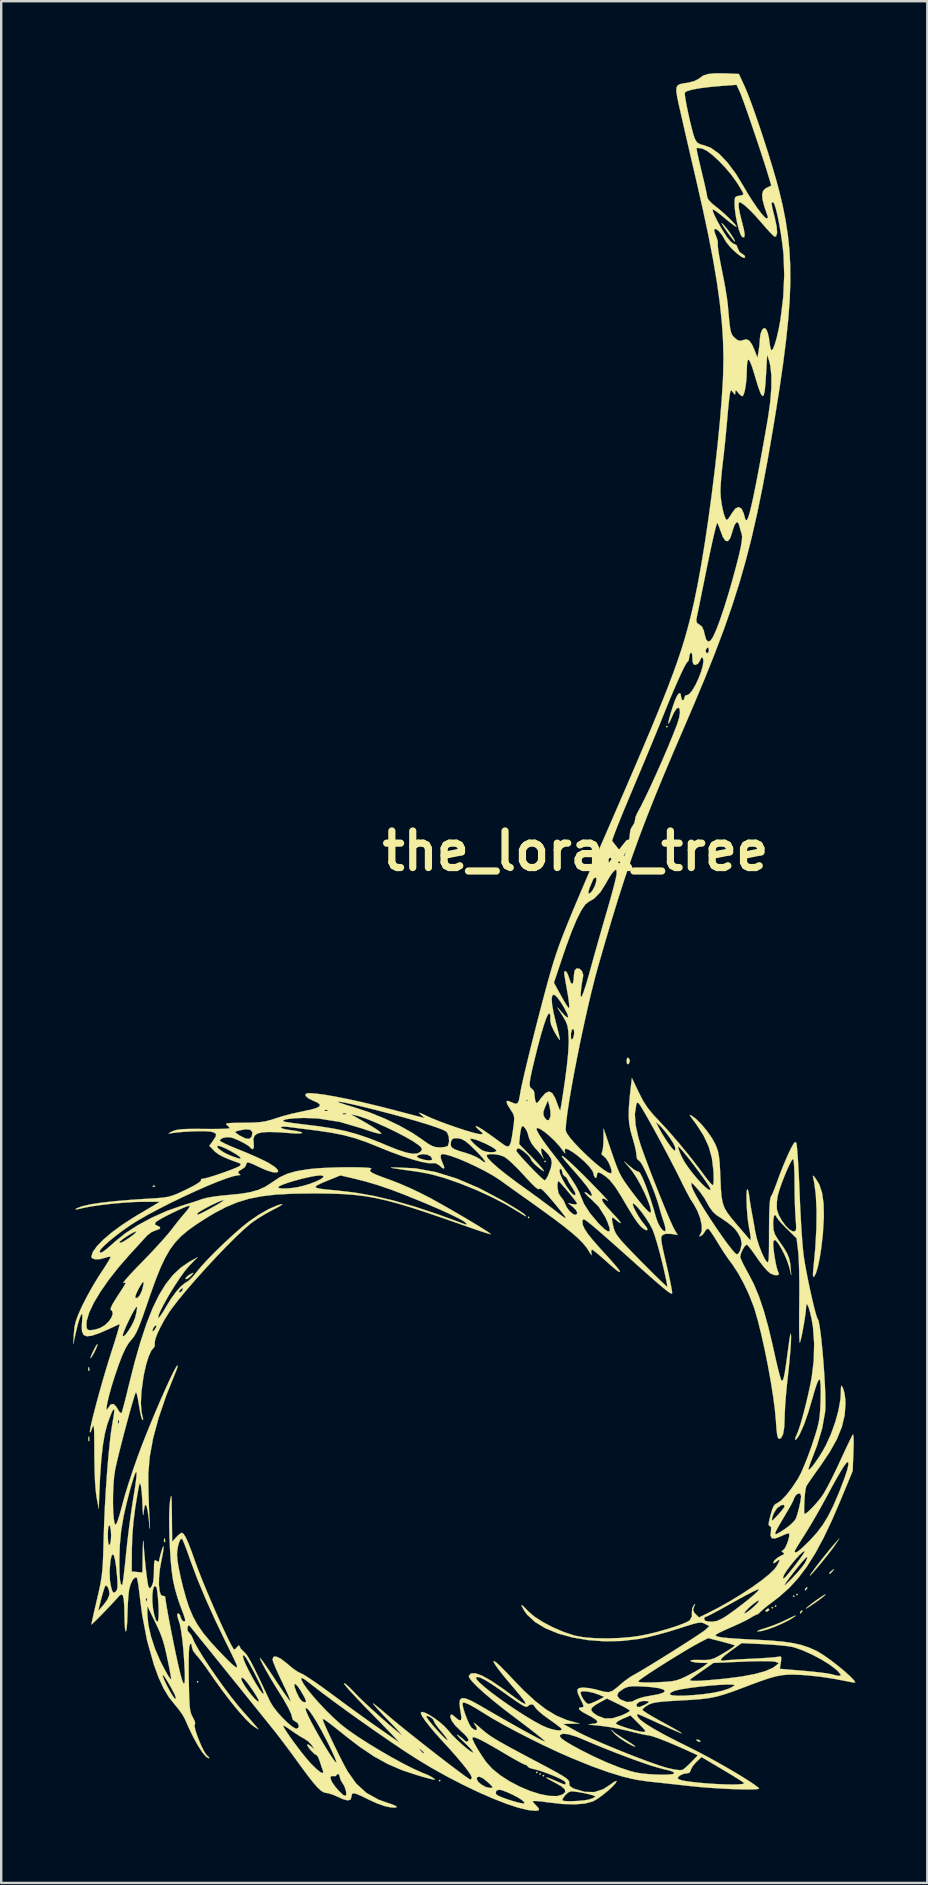
<source format=kicad_pcb>
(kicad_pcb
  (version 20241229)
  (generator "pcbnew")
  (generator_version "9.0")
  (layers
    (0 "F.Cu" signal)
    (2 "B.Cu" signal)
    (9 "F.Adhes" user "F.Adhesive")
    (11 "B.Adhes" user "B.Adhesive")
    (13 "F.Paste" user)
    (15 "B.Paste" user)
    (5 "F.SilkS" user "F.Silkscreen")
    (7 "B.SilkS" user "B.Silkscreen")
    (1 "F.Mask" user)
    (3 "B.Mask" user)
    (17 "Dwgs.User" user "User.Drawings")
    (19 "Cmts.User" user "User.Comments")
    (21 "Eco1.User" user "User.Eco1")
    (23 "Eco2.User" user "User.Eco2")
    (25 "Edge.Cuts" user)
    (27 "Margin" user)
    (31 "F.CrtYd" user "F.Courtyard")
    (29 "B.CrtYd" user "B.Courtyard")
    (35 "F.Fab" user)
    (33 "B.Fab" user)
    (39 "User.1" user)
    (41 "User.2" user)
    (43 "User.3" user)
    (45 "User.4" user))
  (footprint "the_lorax_tree"
    (layer "F.Cu")
    (at 20.941 32.424)
    (property "Reference" "the_lorax_tree" (at 0 0 0) (layer "F.SilkS") (effects (font (size 1.524 1.524) (thickness 0.3))))
    (attr through_hole)
    (fp_poly (pts (xy -15.721 34.633) (xy -15.755 34.668) (xy -15.789 34.633) (xy -15.755 34.599) (xy -15.721 34.633)) (stroke (width 0.01) (type solid)) (fill yes) (layer "F.SilkS"))
    (fp_poly (pts (xy -5.629 38.752) (xy -5.664 38.786) (xy -5.698 38.752) (xy -5.664 38.718) (xy -5.629 38.752)) (stroke (width 0.01) (type solid)) (fill yes) (layer "F.SilkS"))
    (fp_poly (pts (xy -1.922 15.274) (xy -1.956 15.309) (xy -1.991 15.274) (xy -1.956 15.24) (xy -1.922 15.274)) (stroke (width 0.01) (type solid)) (fill yes) (layer "F.SilkS"))
    (fp_poly (pts (xy -1.579 38.409) (xy -1.613 38.443) (xy -1.648 38.409) (xy -1.613 38.375) (xy -1.579 38.409)) (stroke (width 0.01) (type solid)) (fill yes) (layer "F.SilkS"))
    (fp_poly (pts (xy -1.442 38.478) (xy -1.476 38.512) (xy -1.51 38.478) (xy -1.476 38.443) (xy -1.442 38.478)) (stroke (width 0.01) (type solid)) (fill yes) (layer "F.SilkS"))
    (fp_poly (pts (xy -1.304 38.546) (xy -1.339 38.581) (xy -1.373 38.546) (xy -1.339 38.512) (xy -1.304 38.546)) (stroke (width 0.01) (type solid)) (fill yes) (layer "F.SilkS"))
    (fp_poly (pts (xy -1.236 12.94) (xy -1.27 12.975) (xy -1.304 12.94) (xy -1.27 12.906) (xy -1.236 12.94)) (stroke (width 0.01) (type solid)) (fill yes) (layer "F.SilkS"))
    (fp_poly (pts (xy 3.844 -5.183) (xy 3.81 -5.149) (xy 3.776 -5.183) (xy 3.81 -5.217) (xy 3.844 -5.183)) (stroke (width 0.01) (type solid)) (fill yes) (layer "F.SilkS"))
    (fp_poly (pts (xy 8.238 31.544) (xy 8.204 31.578) (xy 8.169 31.544) (xy 8.204 31.51) (xy 8.238 31.544)) (stroke (width 0.01) (type solid)) (fill yes) (layer "F.SilkS"))
    (fp_poly (pts (xy 8.375 31.475) (xy 8.341 31.51) (xy 8.306 31.475) (xy 8.341 31.441) (xy 8.375 31.475)) (stroke (width 0.01) (type solid)) (fill yes) (layer "F.SilkS"))
    (fp_poly (pts (xy 9.13 31.064) (xy 9.096 31.098) (xy 9.062 31.064) (xy 9.096 31.029) (xy 9.13 31.064)) (stroke (width 0.01) (type solid)) (fill yes) (layer "F.SilkS"))
    (fp_poly (pts (xy 9.268 30.995) (xy 9.233 31.029) (xy 9.199 30.995) (xy 9.233 30.961) (xy 9.268 30.995)) (stroke (width 0.01) (type solid)) (fill yes) (layer "F.SilkS"))
    (fp_poly (pts (xy -20.275 24.422) (xy -20.265 24.562) (xy -20.275 24.593) (xy -20.3 24.602) (xy -20.309 24.508) (xy -20.298 24.41) (xy -20.275 24.422)) (stroke (width 0.01) (type solid)) (fill yes) (layer "F.SilkS"))
    (fp_poly (pts (xy -20.273 21.543) (xy -20.265 21.65) (xy -20.279 21.674) (xy -20.31 21.654) (xy -20.315 21.584) (xy -20.298 21.511) (xy -20.273 21.543)) (stroke (width 0.01) (type solid)) (fill yes) (layer "F.SilkS"))
    (fp_poly (pts (xy -17.528 13.959) (xy -17.538 13.999) (xy -17.574 14.004) (xy -17.631 13.979) (xy -17.62 13.959) (xy -17.538 13.95) (xy -17.528 13.959)) (stroke (width 0.01) (type solid)) (fill yes) (layer "F.SilkS"))
    (fp_poly (pts (xy -17.115 28.682) (xy -17.107 28.79) (xy -17.121 28.814) (xy -17.152 28.793) (xy -17.157 28.724) (xy -17.14 28.65) (xy -17.115 28.682)) (stroke (width 0.01) (type solid)) (fill yes) (layer "F.SilkS"))
    (fp_poly (pts (xy 5.111 37.044) (xy 5.207 37.099) (xy 5.191 37.135) (xy 5.153 37.139) (xy 5.06 37.089) (xy 5.046 37.071) (xy 5.057 37.032) (xy 5.111 37.044)) (stroke (width 0.01) (type solid)) (fill yes) (layer "F.SilkS"))
    (fp_poly (pts (xy 2.261 8.715) (xy 2.265 8.753) (xy 2.222 8.868) (xy 2.197 8.89) (xy 2.146 8.865) (xy 2.128 8.753) (xy 2.149 8.633) (xy 2.197 8.615) (xy 2.261 8.715)) (stroke (width 0.01) (type solid)) (fill yes) (layer "F.SilkS"))
    (fp_poly (pts (xy 8.077 31.621) (xy 8.066 31.647) (xy 7.975 31.713) (xy 7.955 31.716) (xy 7.918 31.673) (xy 7.929 31.647) (xy 8.02 31.581) (xy 8.04 31.578) (xy 8.077 31.621)) (stroke (width 0.01) (type solid)) (fill yes) (layer "F.SilkS"))
    (fp_poly (pts (xy 9.452 31.691) (xy 9.439 31.716) (xy 9.375 31.781) (xy 9.362 31.784) (xy 9.358 31.74) (xy 9.371 31.716) (xy 9.435 31.65) (xy 9.447 31.647) (xy 9.452 31.691)) (stroke (width 0.01) (type solid)) (fill yes) (layer "F.SilkS"))
    (fp_poly (pts (xy 9.658 30.73) (xy 9.645 30.755) (xy 9.58 30.82) (xy 9.568 30.823) (xy 9.564 30.779) (xy 9.576 30.755) (xy 9.641 30.689) (xy 9.653 30.686) (xy 9.658 30.73)) (stroke (width 0.01) (type solid)) (fill yes) (layer "F.SilkS"))
    (fp_poly (pts (xy 10.756 29.967) (xy 10.718 30.017) (xy 10.618 30.123) (xy 10.573 30.123) (xy 10.572 30.111) (xy 10.619 30.054) (xy 10.692 29.991) (xy 10.773 29.931) (xy 10.756 29.967)) (stroke (width 0.01) (type solid)) (fill yes) (layer "F.SilkS"))
    (fp_poly (pts (xy -15.939 17.604) (xy -16.023 17.701) (xy -16.132 17.801) (xy -16.221 17.848) (xy -16.257 17.832) (xy -16.236 17.78) (xy -16.146 17.697) (xy -16.043 17.633) (xy -15.941 17.583) (xy -15.939 17.604)) (stroke (width 0.01) (type solid)) (fill yes) (layer "F.SilkS"))
    (fp_poly (pts (xy -19.937 20.625) (xy -19.996 20.765) (xy -20.077 20.93) (xy -20.157 21.071) (xy -20.212 21.142) (xy -20.218 21.144) (xy -20.209 21.089) (xy -20.152 20.948) (xy -20.1 20.836) (xy -20.01 20.666) (xy -19.944 20.567) (xy -19.925 20.555) (xy -19.937 20.625)) (stroke (width 0.01) (type solid)) (fill yes) (layer "F.SilkS"))
    (fp_poly (pts (xy 6.145 -26.128) (xy 6.226 -26.04) (xy 6.35 -25.887) (xy 6.475 -25.713) (xy 6.579 -25.551) (xy 6.64 -25.436) (xy 6.642 -25.4) (xy 6.591 -25.451) (xy 6.487 -25.583) (xy 6.38 -25.726) (xy 6.209 -25.968) (xy 6.111 -26.119) (xy 6.089 -26.174) (xy 6.145 -26.128)) (stroke (width 0.01) (type solid)) (fill yes) (layer "F.SilkS"))
    (fp_poly (pts (xy 1.613 36.739) (xy 1.742 36.833) (xy 1.944 36.967) (xy 2.158 37.099) (xy 2.382 37.241) (xy 2.486 37.322) (xy 2.474 37.338) (xy 2.351 37.286) (xy 2.122 37.163) (xy 2.094 37.146) (xy 1.876 37.006) (xy 1.689 36.861) (xy 1.613 36.786) (xy 1.476 36.624) (xy 1.613 36.739)) (stroke (width 0.01) (type solid)) (fill yes) (layer "F.SilkS"))
    (fp_poly (pts (xy 10.418 31.001) (xy 10.343 31.072) (xy 10.185 31.195) (xy 9.977 31.345) (xy 9.941 31.37) (xy 9.753 31.496) (xy 9.633 31.569) (xy 9.6 31.578) (xy 9.611 31.566) (xy 9.72 31.471) (xy 9.878 31.349) (xy 10.056 31.219) (xy 10.226 31.103) (xy 10.356 31.02) (xy 10.419 30.992) (xy 10.418 31.001)) (stroke (width 0.01) (type solid)) (fill yes) (layer "F.SilkS"))
    (fp_poly (pts (xy 9.165 31.894) (xy 8.943 32.038) (xy 8.651 32.188) (xy 8.329 32.329) (xy 8.015 32.444) (xy 7.748 32.517) (xy 7.592 32.535) (xy 7.579 32.516) (xy 7.677 32.472) (xy 7.866 32.41) (xy 7.889 32.404) (xy 8.183 32.305) (xy 8.521 32.169) (xy 8.816 32.032) (xy 9.021 31.933) (xy 9.149 31.879) (xy 9.182 31.878) (xy 9.165 31.894)) (stroke (width 0.01) (type solid)) (fill yes) (layer "F.SilkS"))
    (fp_poly (pts (xy 10.839 28.901) (xy 10.735 29.049) (xy 10.582 29.25) (xy 10.4 29.48) (xy 10.209 29.715) (xy 10.031 29.928) (xy 9.885 30.095) (xy 9.793 30.192) (xy 9.772 30.205) (xy 9.797 30.155) (xy 9.891 30.02) (xy 10.037 29.824) (xy 10.152 29.673) (xy 10.359 29.411) (xy 10.561 29.161) (xy 10.727 28.962) (xy 10.78 28.901) (xy 10.995 28.661) (xy 10.839 28.901)) (stroke (width 0.01) (type solid)) (fill yes) (layer "F.SilkS"))
    (fp_poly (pts (xy 9.92 13.546) (xy 9.991 13.627) (xy 10.162 13.9) (xy 10.278 14.255) (xy 10.341 14.701) (xy 10.353 15.252) (xy 10.314 15.917) (xy 10.302 16.048) (xy 10.245 16.544) (xy 10.177 16.98) (xy 10.102 17.338) (xy 10.024 17.598) (xy 9.947 17.741) (xy 9.943 17.746) (xy 9.904 17.742) (xy 9.896 17.621) (xy 9.912 17.437) (xy 9.995 16.55) (xy 10.04 15.73) (xy 10.048 14.994) (xy 10.018 14.354) (xy 9.951 13.827) (xy 9.916 13.661) (xy 9.892 13.543) (xy 9.92 13.546)) (stroke (width 0.01) (type solid)) (fill yes) (layer "F.SilkS"))
    (fp_poly (pts (xy -6.669 13.229) (xy -5.824 13.385) (xy -4.942 13.66) (xy -4.016 14.056) (xy -3.039 14.575) (xy -3.002 14.596) (xy -2.703 14.773) (xy -2.442 14.933) (xy -2.244 15.06) (xy -2.136 15.138) (xy -2.131 15.143) (xy -2.06 15.221) (xy -2.094 15.22) (xy -2.236 15.138) (xy -2.348 15.065) (xy -2.885 14.743) (xy -3.493 14.427) (xy -4.141 14.129) (xy -4.798 13.864) (xy -5.433 13.642) (xy -6.015 13.478) (xy -6.453 13.391) (xy -6.917 13.324) (xy -7.26 13.275) (xy -7.494 13.24) (xy -7.634 13.217) (xy -7.692 13.203) (xy -7.684 13.196) (xy -7.623 13.193) (xy -7.522 13.191) (xy -7.483 13.19) (xy -6.669 13.229)) (stroke (width 0.01) (type solid)) (fill yes) (layer "F.SilkS"))
    (fp_poly (pts (xy 6.23 -32.416) (xy 6.292 -32.414) (xy 6.81 -32.391) (xy 7.054 -31.864) (xy 7.172 -31.585) (xy 7.319 -31.199) (xy 7.487 -30.73) (xy 7.668 -30.204) (xy 7.853 -29.644) (xy 8.035 -29.077) (xy 8.204 -28.527) (xy 8.353 -28.018) (xy 8.474 -27.576) (xy 8.478 -27.56) (xy 8.632 -26.921) (xy 8.756 -26.299) (xy 8.851 -25.681) (xy 8.916 -25.053) (xy 8.951 -24.403) (xy 8.955 -23.717) (xy 8.928 -22.982) (xy 8.869 -22.185) (xy 8.779 -21.313) (xy 8.658 -20.352) (xy 8.504 -19.289) (xy 8.317 -18.112) (xy 8.234 -17.608) (xy 8.013 -16.326) (xy 7.794 -15.155) (xy 7.572 -14.073) (xy 7.341 -13.059) (xy 7.093 -12.09) (xy 6.822 -11.146) (xy 6.522 -10.203) (xy 6.186 -9.241) (xy 5.807 -8.238) (xy 5.38 -7.171) (xy 4.898 -6.019) (xy 4.561 -5.235) (xy 4.089 -4.139) (xy 3.67 -3.145) (xy 3.294 -2.231) (xy 2.955 -1.374) (xy 2.644 -0.554) (xy 2.353 0.253) (xy 2.075 1.068) (xy 1.802 1.913) (xy 1.526 2.81) (xy 1.238 3.78) (xy 0.933 4.84) (xy 0.797 5.343) (xy 0.653 5.918) (xy 0.505 6.547) (xy 0.357 7.212) (xy 0.211 7.894) (xy 0.073 8.575) (xy -0.055 9.236) (xy -0.169 9.859) (xy -0.265 10.426) (xy -0.34 10.918) (xy -0.39 11.316) (xy -0.411 11.603) (xy -0.412 11.64) (xy -0.365 11.762) (xy -0.237 11.944) (xy -0.046 12.167) (xy 0.189 12.415) (xy 0.449 12.67) (xy 0.715 12.915) (xy 0.97 13.131) (xy 1.194 13.302) (xy 1.369 13.41) (xy 1.477 13.437) (xy 1.491 13.429) (xy 1.504 13.331) (xy 1.459 13.166) (xy 1.377 12.98) (xy 1.276 12.819) (xy 1.183 12.73) (xy 1.085 12.646) (xy 1.102 12.559) (xy 1.135 12.442) (xy 1.159 12.234) (xy 1.167 12.014) (xy 1.169 11.567) (xy 1.483 12.489) (xy 1.619 12.883) (xy 1.728 13.179) (xy 1.828 13.41) (xy 1.933 13.609) (xy 2.062 13.81) (xy 2.23 14.044) (xy 2.337 14.188) (xy 2.598 14.528) (xy 2.82 14.797) (xy 2.99 14.984) (xy 3.101 15.076) (xy 3.135 15.08) (xy 3.145 14.982) (xy 3.097 14.792) (xy 3.003 14.538) (xy 2.875 14.246) (xy 2.725 13.942) (xy 2.565 13.653) (xy 2.407 13.406) (xy 2.314 13.284) (xy 2.028 12.94) (xy 2.291 13.167) (xy 2.455 13.293) (xy 2.585 13.363) (xy 2.629 13.368) (xy 2.685 13.418) (xy 2.771 13.577) (xy 2.879 13.826) (xy 2.999 14.142) (xy 3.124 14.503) (xy 3.246 14.888) (xy 3.356 15.275) (xy 3.358 15.285) (xy 3.435 15.497) (xy 3.535 15.684) (xy 3.639 15.813) (xy 3.724 15.854) (xy 3.744 15.843) (xy 3.752 15.756) (xy 3.716 15.586) (xy 3.678 15.466) (xy 3.592 15.204) (xy 3.514 14.941) (xy 3.493 14.862) (xy 3.416 14.6) (xy 3.309 14.29) (xy 3.182 13.96) (xy 3.046 13.636) (xy 2.914 13.344) (xy 2.796 13.11) (xy 2.704 12.962) (xy 2.66 12.922) (xy 2.564 12.834) (xy 2.539 12.675) (xy 2.518 12.508) (xy 2.462 12.259) (xy 2.383 11.976) (xy 2.362 11.911) (xy 2.285 11.632) (xy 2.236 11.356) (xy 2.216 11.054) (xy 2.224 10.697) (xy 2.258 10.258) (xy 2.31 9.792) (xy 2.349 9.458) (xy 2.641 10.071) (xy 2.822 10.422) (xy 3.015 10.718) (xy 3.255 11.009) (xy 3.463 11.229) (xy 3.851 11.647) (xy 4.281 12.142) (xy 4.72 12.676) (xy 5.136 13.21) (xy 5.355 13.505) (xy 5.509 13.709) (xy 5.638 13.86) (xy 5.717 13.931) (xy 5.725 13.934) (xy 5.748 13.871) (xy 5.759 13.702) (xy 5.755 13.457) (xy 5.749 13.335) (xy 5.685 12.804) (xy 5.552 12.322) (xy 5.335 11.856) (xy 5.019 11.368) (xy 4.866 11.164) (xy 4.773 11.039) (xy 4.764 11.001) (xy 4.836 11.032) (xy 4.847 11.038) (xy 5.033 11.177) (xy 5.254 11.4) (xy 5.479 11.671) (xy 5.678 11.954) (xy 5.819 12.204) (xy 5.891 12.374) (xy 5.943 12.539) (xy 5.979 12.729) (xy 6.006 12.974) (xy 6.026 13.304) (xy 6.04 13.627) (xy 6.059 14.064) (xy 6.086 14.395) (xy 6.132 14.653) (xy 6.207 14.87) (xy 6.326 15.076) (xy 6.498 15.304) (xy 6.735 15.586) (xy 6.777 15.634) (xy 6.97 15.859) (xy 7.127 16.043) (xy 7.228 16.163) (xy 7.256 16.195) (xy 7.297 16.212) (xy 7.301 16.105) (xy 7.269 15.885) (xy 7.236 15.721) (xy 7.197 15.483) (xy 7.164 15.192) (xy 7.141 14.881) (xy 7.129 14.582) (xy 7.128 14.33) (xy 7.141 14.156) (xy 7.16 14.099) (xy 7.189 14.137) (xy 7.222 14.276) (xy 7.24 14.393) (xy 7.279 14.665) (xy 7.331 14.973) (xy 7.355 15.103) (xy 7.41 15.397) (xy 7.464 15.705) (xy 7.483 15.824) (xy 7.55 16.127) (xy 7.651 16.456) (xy 7.771 16.765) (xy 7.891 17.008) (xy 7.95 17.094) (xy 7.989 17.136) (xy 8.019 17.14) (xy 8.04 17.09) (xy 8.053 16.971) (xy 8.061 16.767) (xy 8.065 16.462) (xy 8.066 16.04) (xy 8.066 15.872) (xy 8.07 15.317) (xy 8.082 14.896) (xy 8.083 14.883) (xy 8.39 14.883) (xy 8.4 14.966) (xy 8.474 15.18) (xy 8.603 15.41) (xy 8.76 15.623) (xy 8.919 15.783) (xy 9.056 15.856) (xy 9.072 15.858) (xy 9.146 15.85) (xy 9.186 15.808) (xy 9.198 15.704) (xy 9.189 15.508) (xy 9.175 15.333) (xy 9.158 15.062) (xy 9.144 14.699) (xy 9.134 14.288) (xy 9.13 13.875) (xy 9.13 13.822) (xy 9.126 13.472) (xy 9.115 13.177) (xy 9.098 12.961) (xy 9.078 12.848) (xy 9.068 12.837) (xy 9.013 12.897) (xy 8.926 13.058) (xy 8.819 13.29) (xy 8.704 13.565) (xy 8.594 13.851) (xy 8.5 14.122) (xy 8.436 14.346) (xy 8.427 14.383) (xy 8.392 14.638) (xy 8.39 14.883) (xy 8.083 14.883) (xy 8.101 14.606) (xy 8.129 14.443) (xy 8.145 14.41) (xy 8.203 14.302) (xy 8.287 14.102) (xy 8.383 13.847) (xy 8.412 13.764) (xy 8.535 13.43) (xy 8.688 13.047) (xy 8.843 12.688) (xy 8.869 12.631) (xy 9.001 12.357) (xy 9.093 12.195) (xy 9.156 12.133) (xy 9.199 12.155) (xy 9.202 12.159) (xy 9.22 12.255) (xy 9.242 12.469) (xy 9.266 12.783) (xy 9.29 13.179) (xy 9.314 13.637) (xy 9.336 14.14) (xy 9.339 14.219) (xy 9.362 14.766) (xy 9.39 15.307) (xy 9.42 15.815) (xy 9.452 16.265) (xy 9.483 16.628) (xy 9.51 16.867) (xy 9.556 17.163) (xy 9.62 17.514) (xy 9.695 17.898) (xy 9.777 18.288) (xy 9.861 18.662) (xy 9.94 18.994) (xy 10.009 19.26) (xy 10.063 19.436) (xy 10.093 19.496) (xy 10.131 19.587) (xy 10.172 19.794) (xy 10.215 20.094) (xy 10.258 20.467) (xy 10.299 20.891) (xy 10.337 21.344) (xy 10.369 21.804) (xy 10.395 22.249) (xy 10.412 22.659) (xy 10.418 23.012) (xy 10.412 23.286) (xy 10.403 23.392) (xy 10.283 24.062) (xy 10.074 24.765) (xy 9.914 25.188) (xy 9.814 25.445) (xy 9.742 25.649) (xy 9.707 25.772) (xy 9.706 25.793) (xy 9.767 25.767) (xy 9.878 25.646) (xy 10.022 25.453) (xy 10.181 25.213) (xy 10.339 24.949) (xy 10.432 24.779) (xy 10.644 24.317) (xy 10.824 23.815) (xy 10.961 23.317) (xy 11.041 22.865) (xy 11.058 22.629) (xy 11.063 22.402) (xy 11.073 22.296) (xy 11.098 22.295) (xy 11.144 22.383) (xy 11.158 22.414) (xy 11.211 22.598) (xy 11.246 22.852) (xy 11.254 23.032) (xy 11.219 23.522) (xy 11.102 24.01) (xy 10.896 24.517) (xy 10.592 25.062) (xy 10.22 25.614) (xy 10.016 25.9) (xy 9.837 26.155) (xy 9.701 26.354) (xy 9.626 26.47) (xy 9.621 26.479) (xy 9.59 26.599) (xy 9.563 26.813) (xy 9.542 27.076) (xy 9.532 27.346) (xy 9.534 27.578) (xy 9.537 27.627) (xy 9.581 27.629) (xy 9.69 27.545) (xy 9.842 27.399) (xy 10.016 27.212) (xy 10.189 27.005) (xy 10.27 26.899) (xy 10.378 26.729) (xy 10.525 26.462) (xy 10.698 26.126) (xy 10.881 25.749) (xy 11.01 25.473) (xy 11.176 25.112) (xy 11.325 24.795) (xy 11.447 24.542) (xy 11.531 24.375) (xy 11.566 24.317) (xy 11.584 24.361) (xy 11.593 24.517) (xy 11.594 24.76) (xy 11.585 25.057) (xy 11.553 25.846) (xy 11.07 27.013) (xy 10.696 27.884) (xy 10.339 28.635) (xy 9.991 29.28) (xy 9.643 29.833) (xy 9.284 30.308) (xy 8.906 30.72) (xy 8.5 31.082) (xy 8.279 31.253) (xy 8.048 31.427) (xy 7.856 31.581) (xy 7.733 31.691) (xy 7.711 31.715) (xy 7.617 31.804) (xy 7.574 31.822) (xy 7.485 31.858) (xy 7.331 31.943) (xy 7.277 31.976) (xy 7.104 32.072) (xy 6.849 32.197) (xy 6.556 32.33) (xy 6.436 32.382) (xy 6.177 32.497) (xy 5.974 32.596) (xy 5.855 32.665) (xy 5.835 32.686) (xy 5.863 32.724) (xy 5.957 32.757) (xy 6.129 32.786) (xy 6.393 32.812) (xy 6.762 32.838) (xy 7.248 32.865) (xy 7.518 32.878) (xy 8.138 32.914) (xy 8.644 32.959) (xy 9.061 33.019) (xy 9.414 33.098) (xy 9.725 33.201) (xy 10.018 33.332) (xy 10.11 33.38) (xy 10.34 33.521) (xy 10.625 33.722) (xy 10.93 33.957) (xy 11.22 34.197) (xy 11.46 34.414) (xy 11.602 34.564) (xy 11.659 34.646) (xy 11.63 34.669) (xy 11.493 34.647) (xy 11.464 34.641) (xy 10.792 34.511) (xy 10.205 34.421) (xy 9.658 34.364) (xy 9.403 34.346) (xy 9.104 34.333) (xy 8.846 34.335) (xy 8.604 34.358) (xy 8.352 34.406) (xy 8.064 34.487) (xy 7.715 34.605) (xy 7.278 34.766) (xy 7.002 34.871) (xy 6.565 35.035) (xy 6.205 35.158) (xy 5.887 35.247) (xy 5.573 35.31) (xy 5.229 35.354) (xy 4.816 35.386) (xy 4.351 35.412) (xy 3.909 35.438) (xy 3.581 35.464) (xy 3.344 35.494) (xy 3.175 35.533) (xy 3.052 35.582) (xy 3.019 35.6) (xy 2.871 35.701) (xy 2.791 35.783) (xy 2.787 35.796) (xy 2.842 35.85) (xy 2.996 35.954) (xy 3.229 36.094) (xy 3.518 36.257) (xy 3.616 36.31) (xy 3.916 36.474) (xy 4.165 36.615) (xy 4.343 36.719) (xy 4.427 36.776) (xy 4.431 36.781) (xy 4.365 36.762) (xy 4.197 36.693) (xy 3.95 36.585) (xy 3.647 36.448) (xy 3.513 36.387) (xy 3.192 36.239) (xy 2.916 36.115) (xy 2.71 36.024) (xy 2.595 35.976) (xy 2.58 35.972) (xy 2.569 36.024) (xy 2.585 36.078) (xy 2.689 36.206) (xy 2.918 36.38) (xy 3.271 36.598) (xy 3.744 36.861) (xy 4.335 37.164) (xy 4.671 37.33) (xy 5.077 37.534) (xy 5.513 37.765) (xy 5.958 38.01) (xy 6.393 38.258) (xy 6.795 38.496) (xy 7.146 38.713) (xy 7.424 38.896) (xy 7.609 39.033) (xy 7.654 39.074) (xy 7.62 39.1) (xy 7.468 39.116) (xy 7.219 39.121) (xy 6.892 39.117) (xy 6.507 39.104) (xy 6.085 39.083) (xy 5.644 39.055) (xy 5.204 39.021) (xy 4.785 38.98) (xy 4.668 38.967) (xy 4.24 38.919) (xy 3.78 38.869) (xy 3.345 38.822) (xy 3.024 38.788) (xy 2.523 38.714) (xy 2.244 38.648) (xy 4.256 38.648) (xy 4.316 38.702) (xy 4.462 38.749) (xy 4.479 38.752) (xy 4.785 38.799) (xy 5.137 38.839) (xy 5.512 38.871) (xy 5.89 38.895) (xy 6.247 38.91) (xy 6.562 38.915) (xy 6.812 38.908) (xy 6.975 38.89) (xy 7.03 38.859) (xy 7.024 38.849) (xy 6.94 38.789) (xy 6.761 38.674) (xy 6.511 38.519) (xy 6.213 38.339) (xy 6.1 38.272) (xy 5.252 37.769) (xy 5.029 37.983) (xy 4.892 38.139) (xy 4.813 38.28) (xy 4.805 38.319) (xy 4.751 38.423) (xy 4.664 38.443) (xy 4.494 38.473) (xy 4.341 38.544) (xy 4.259 38.63) (xy 4.256 38.648) (xy 2.244 38.648) (xy 1.972 38.585) (xy 1.356 38.397) (xy 0.659 38.145) (xy -0.136 37.823) (xy -0.217 37.789) (xy -0.742 37.557) (xy -1.315 37.288) (xy -1.907 36.997) (xy -2.486 36.699) (xy -3.022 36.411) (xy -3.483 36.149) (xy -3.754 35.983) (xy -4.145 35.741) (xy -4.431 35.581) (xy -4.616 35.503) (xy -4.704 35.504) (xy -4.709 35.592) (xy -4.67 35.765) (xy -4.599 35.985) (xy -4.512 36.213) (xy -4.422 36.41) (xy -4.342 36.538) (xy -4.33 36.551) (xy -4.185 36.648) (xy -4.111 36.636) (xy -4.124 36.534) (xy -4.198 36.416) (xy -4.245 36.342) (xy -4.195 36.366) (xy -4.049 36.487) (xy -3.98 36.547) (xy -3.842 36.667) (xy -3.706 36.777) (xy -3.556 36.885) (xy -3.377 37.001) (xy -3.152 37.134) (xy -2.867 37.295) (xy -2.505 37.491) (xy -2.052 37.733) (xy -1.547 38) (xy -1.112 38.231) (xy -0.785 38.409) (xy -0.551 38.545) (xy -0.397 38.646) (xy -0.307 38.723) (xy -0.267 38.786) (xy -0.262 38.843) (xy -0.245 38.964) (xy -0.131 39.056) (xy -0.056 39.089) (xy 0.386 39.221) (xy 0.784 39.229) (xy 1.155 39.11) (xy 1.444 38.922) (xy 1.597 38.812) (xy 1.696 38.763) (xy 1.716 38.771) (xy 1.664 38.865) (xy 1.529 39.011) (xy 1.339 39.185) (xy 1.125 39.359) (xy 0.915 39.51) (xy 0.74 39.611) (xy 0.737 39.613) (xy 0.413 39.705) (xy -0.023 39.743) (xy -0.558 39.726) (xy -1.179 39.655) (xy -1.184 39.654) (xy -1.45 39.619) (xy -1.656 39.601) (xy -1.771 39.603) (xy -1.785 39.611) (xy -1.739 39.687) (xy -1.648 39.782) (xy -1.531 39.91) (xy -1.53 39.986) (xy -1.648 40.012) (xy -1.89 39.991) (xy -1.991 39.975) (xy -2.394 39.879) (xy -2.89 39.715) (xy -3.458 39.492) (xy -3.949 39.276) (xy -3.324 39.276) (xy -3.299 39.33) (xy -3.215 39.385) (xy -3.041 39.459) (xy -2.814 39.54) (xy -2.572 39.616) (xy -2.351 39.675) (xy -2.19 39.705) (xy -2.128 39.701) (xy -2.149 39.641) (xy -2.22 39.574) (xy -0.549 39.574) (xy -0.487 39.598) (xy -0.326 39.61) (xy -0.105 39.608) (xy 0.141 39.596) (xy 0.372 39.573) (xy 0.551 39.542) (xy 0.566 39.538) (xy 0.73 39.48) (xy 0.819 39.425) (xy 0.824 39.413) (xy 0.762 39.377) (xy 0.604 39.33) (xy 0.388 39.28) (xy 0.153 39.236) (xy -0.061 39.206) (xy -0.189 39.198) (xy -0.311 39.251) (xy -0.443 39.373) (xy -0.534 39.512) (xy -0.549 39.574) (xy -2.22 39.574) (xy -2.231 39.563) (xy -2.398 39.456) (xy -2.621 39.339) (xy -2.856 39.232) (xy -3.057 39.156) (xy -3.171 39.13) (xy -3.304 39.17) (xy -3.324 39.276) (xy -3.949 39.276) (xy -4.077 39.22) (xy -4.726 38.908) (xy -5.385 38.566) (xy -6.033 38.203) (xy -6.59 37.867) (xy -7.067 37.56) (xy -7.285 37.414) (xy -6.517 37.414) (xy -6.5 37.45) (xy -6.462 37.499) (xy -6.362 37.606) (xy -6.317 37.606) (xy -6.316 37.594) (xy -6.363 37.536) (xy -6.436 37.473) (xy -6.517 37.414) (xy -7.285 37.414) (xy -7.617 37.192) (xy -8.216 36.781) (xy -8.837 36.347) (xy -9.453 35.907) (xy -10.04 35.48) (xy -10.571 35.085) (xy -11.02 34.739) (xy -11.138 34.645) (xy -11.294 34.532) (xy -11.403 34.473) (xy -11.429 34.472) (xy -11.425 34.559) (xy -11.335 34.724) (xy -11.174 34.949) (xy -10.956 35.217) (xy -10.697 35.511) (xy -10.41 35.815) (xy -10.11 36.111) (xy -9.811 36.383) (xy -9.775 36.414) (xy -9.48 36.642) (xy -9.093 36.91) (xy -8.641 37.201) (xy -8.152 37.498) (xy -7.653 37.786) (xy -7.173 38.048) (xy -6.738 38.267) (xy -6.377 38.428) (xy -6.271 38.469) (xy -6.124 38.533) (xy -5.982 38.61) (xy -5.883 38.679) (xy -5.863 38.715) (xy -5.872 38.717) (xy -5.966 38.699) (xy -6.158 38.651) (xy -6.415 38.581) (xy -6.556 38.54) (xy -7.218 38.322) (xy -7.823 38.062) (xy -8.406 37.74) (xy -9.002 37.339) (xy -9.49 36.965) (xy -9.845 36.682) (xy -10.107 36.475) (xy -10.292 36.332) (xy -10.413 36.243) (xy -10.486 36.198) (xy -10.524 36.185) (xy -10.539 36.191) (xy -10.522 36.26) (xy -10.453 36.428) (xy -10.345 36.672) (xy -10.207 36.967) (xy -10.052 37.292) (xy -9.891 37.621) (xy -9.734 37.932) (xy -9.593 38.201) (xy -9.496 38.375) (xy -9.141 38.878) (xy -8.715 39.265) (xy -8.208 39.547) (xy -7.896 39.659) (xy -7.629 39.748) (xy -7.48 39.817) (xy -7.452 39.862) (xy -7.551 39.877) (xy -7.716 39.866) (xy -7.974 39.809) (xy -8.3 39.691) (xy -8.609 39.549) (xy -8.918 39.397) (xy -9.126 39.308) (xy -9.253 39.279) (xy -9.316 39.307) (xy -9.336 39.387) (xy -9.336 39.406) (xy -9.375 39.54) (xy -9.495 39.578) (xy -9.705 39.522) (xy -9.876 39.443) (xy -10.099 39.345) (xy -10.296 39.281) (xy -10.385 39.267) (xy -10.491 39.244) (xy -10.615 39.167) (xy -10.767 39.024) (xy -10.959 38.802) (xy -11.072 38.656) (xy -10.217 38.656) (xy -10.152 38.81) (xy -10.011 39.012) (xy -9.864 39.181) (xy -9.691 39.345) (xy -9.589 39.393) (xy -9.553 39.326) (xy -9.569 39.186) (xy -9.631 38.994) (xy -9.715 38.854) (xy -9.798 38.714) (xy -9.817 38.631) (xy -9.854 38.509) (xy -9.885 38.478) (xy -9.948 38.487) (xy -9.954 38.516) (xy -10.008 38.567) (xy -10.091 38.561) (xy -10.198 38.567) (xy -10.217 38.656) (xy -11.072 38.656) (xy -11.201 38.49) (xy -11.506 38.076) (xy -11.538 38.031) (xy -11.785 37.692) (xy -12.044 37.342) (xy -12.285 37.023) (xy -12.478 36.773) (xy -12.487 36.761) (xy -12.59 36.632) (xy -12.734 36.452) (xy -12.181 36.452) (xy -12.174 36.502) (xy -12.096 36.638) (xy -11.965 36.836) (xy -11.796 37.076) (xy -11.604 37.336) (xy -11.406 37.594) (xy -11.217 37.827) (xy -11.054 38.015) (xy -11.022 38.049) (xy -10.795 38.272) (xy -10.63 38.404) (xy -10.535 38.442) (xy -10.517 38.38) (xy -10.535 38.323) (xy -10.586 38.179) (xy -10.651 37.981) (xy -10.662 37.946) (xy -10.726 37.782) (xy -10.785 37.693) (xy -10.798 37.688) (xy -10.883 37.639) (xy -11.004 37.523) (xy -11.119 37.387) (xy -11.185 37.276) (xy -11.19 37.256) (xy -11.147 37.244) (xy -11.042 37.313) (xy -11.038 37.317) (xy -10.885 37.448) (xy -10.993 37.276) (xy -11.136 37.12) (xy -11.3 37.009) (xy -11.47 36.913) (xy -11.688 36.773) (xy -11.817 36.683) (xy -11.997 36.558) (xy -12.132 36.474) (xy -12.181 36.452) (xy -12.734 36.452) (xy -12.768 36.411) (xy -13.007 36.113) (xy -13.296 35.754) (xy -13.622 35.35) (xy -13.973 34.914) (xy -14.307 34.499) (xy -13.936 34.499) (xy -13.898 34.615) (xy -13.8 34.785) (xy -13.665 34.982) (xy -13.514 35.177) (xy -13.37 35.34) (xy -13.255 35.443) (xy -13.193 35.458) (xy -13.213 35.389) (xy -13.296 35.237) (xy -13.427 35.029) (xy -13.485 34.942) (xy -13.68 34.672) (xy -13.824 34.507) (xy -13.91 34.452) (xy -13.936 34.499) (xy -14.307 34.499) (xy -14.337 34.462) (xy -14.701 34.011) (xy -15.054 33.573) (xy -15.383 33.166) (xy -15.676 32.804) (xy -15.921 32.502) (xy -16.105 32.275) (xy -16.107 32.272) (xy -16.145 32.302) (xy -16.176 32.368) (xy -16.169 32.511) (xy -16.119 32.567) (xy -16.018 32.69) (xy -15.961 32.814) (xy -15.875 33.009) (xy -15.718 33.289) (xy -15.504 33.635) (xy -15.249 34.023) (xy -14.966 34.434) (xy -14.67 34.846) (xy -14.377 35.238) (xy -14.1 35.589) (xy -13.87 35.859) (xy -13.672 36.08) (xy -13.494 36.282) (xy -13.368 36.427) (xy -13.352 36.446) (xy -13.215 36.61) (xy -13.352 36.536) (xy -13.527 36.406) (xy -13.763 36.174) (xy -14.045 35.857) (xy -14.361 35.471) (xy -14.698 35.031) (xy -15.044 34.552) (xy -15.227 34.287) (xy -15.418 34.013) (xy -15.6 33.767) (xy -15.75 33.581) (xy -15.822 33.502) (xy -15.944 33.338) (xy -15.995 33.168) (xy -15.995 33.166) (xy -16.011 33.052) (xy -16.063 33.061) (xy -16.07 33.068) (xy -16.099 33.163) (xy -16.118 33.386) (xy -16.127 33.737) (xy -16.126 34.221) (xy -16.122 34.506) (xy -16.112 34.977) (xy -16.102 35.333) (xy -16.088 35.594) (xy -16.068 35.782) (xy -16.039 35.918) (xy -16.001 36.024) (xy -15.949 36.121) (xy -15.948 36.122) (xy -15.872 36.28) (xy -15.854 36.382) (xy -15.868 36.398) (xy -15.883 36.469) (xy -15.85 36.631) (xy -15.78 36.851) (xy -15.686 37.098) (xy -15.58 37.34) (xy -15.475 37.545) (xy -15.384 37.68) (xy -15.359 37.704) (xy -15.273 37.787) (xy -15.279 37.824) (xy -15.28 37.824) (xy -15.393 37.764) (xy -15.543 37.591) (xy -15.721 37.322) (xy -15.917 36.971) (xy -16.12 36.557) (xy -16.287 36.178) (xy -16.387 35.998) (xy -16.546 35.775) (xy -16.696 35.594) (xy -16.953 35.272) (xy -17.175 34.903) (xy -17.378 34.459) (xy -17.419 34.349) (xy -17.209 34.349) (xy -17.198 34.423) (xy -17.135 34.579) (xy -17.037 34.782) (xy -16.923 34.996) (xy -16.812 35.186) (xy -16.723 35.316) (xy -16.679 35.354) (xy -16.661 35.301) (xy -16.704 35.171) (xy -16.723 35.131) (xy -16.872 34.851) (xy -17.009 34.612) (xy -17.121 34.438) (xy -17.194 34.352) (xy -17.209 34.349) (xy -17.419 34.349) (xy -17.572 33.929) (xy -17.857 32.927) (xy -18.063 31.854) (xy -18.067 31.825) (xy -17.848 31.825) (xy -17.809 32.245) (xy -17.7 32.734) (xy -17.532 33.249) (xy -17.317 33.75) (xy -17.295 33.794) (xy -17.111 34.15) (xy -16.977 34.386) (xy -16.888 34.509) (xy -16.854 34.53) (xy -16.859 34.468) (xy -16.888 34.301) (xy -16.934 34.058) (xy -16.966 33.898) (xy -17.056 33.471) (xy -17.134 33.143) (xy -17.212 32.874) (xy -17.302 32.627) (xy -17.416 32.366) (xy -17.546 32.094) (xy -17.847 31.475) (xy -17.848 31.825) (xy -18.067 31.825) (xy -18.148 31.201) (xy -18.149 31.195) (xy -17.912 31.195) (xy -17.899 31.284) (xy -17.876 31.285) (xy -17.859 31.193) (xy -17.87 31.154) (xy -17.901 31.128) (xy -17.912 31.195) (xy -18.149 31.195) (xy -18.166 31.053) (xy -17.642 31.053) (xy -17.639 31.304) (xy -17.614 31.571) (xy -17.566 31.823) (xy -17.499 32.043) (xy -17.443 32.132) (xy -17.403 32.095) (xy -17.38 31.937) (xy -17.377 31.664) (xy -17.386 31.445) (xy -17.406 31.148) (xy -17.431 30.9) (xy -17.455 30.735) (xy -17.469 30.689) (xy -17.536 30.636) (xy -17.588 30.695) (xy -17.624 30.842) (xy -17.642 31.053) (xy -18.166 31.053) (xy -18.188 30.87) (xy -18.226 30.591) (xy -18.26 30.39) (xy -18.286 30.295) (xy -18.288 30.293) (xy -18.367 30.287) (xy -18.459 30.386) (xy -18.545 30.561) (xy -18.606 30.781) (xy -18.61 30.802) (xy -18.637 31.027) (xy -18.659 31.334) (xy -18.673 31.664) (xy -18.675 31.75) (xy -18.688 32.125) (xy -18.708 32.383) (xy -18.732 32.52) (xy -18.757 32.533) (xy -18.78 32.419) (xy -18.796 32.174) (xy -18.803 31.874) (xy -18.812 31.475) (xy -18.832 31.202) (xy -18.867 31.043) (xy -18.92 30.988) (xy -18.995 31.025) (xy -19.029 31.06) (xy -19.192 31.241) (xy -19.389 31.453) (xy -19.601 31.676) (xy -19.807 31.888) (xy -19.985 32.067) (xy -20.117 32.194) (xy -20.18 32.246) (xy -20.183 32.245) (xy -20.168 32.166) (xy -20.127 31.977) (xy -20.065 31.703) (xy -20.06 31.681) (xy -19.899 31.681) (xy -19.663 31.412) (xy -19.511 31.202) (xy -19.434 31.013) (xy -19.429 30.966) (xy -19.452 30.799) (xy -19.507 30.67) (xy -19.573 30.617) (xy -19.601 30.63) (xy -19.637 30.714) (xy -19.695 30.894) (xy -19.761 31.135) (xy -19.772 31.177) (xy -19.899 31.681) (xy -20.06 31.681) (xy -19.988 31.368) (xy -19.945 31.185) (xy -19.864 30.832) (xy -19.802 30.536) (xy -19.758 30.267) (xy -19.727 30.003) (xy -19.423 30.003) (xy -19.406 30.425) (xy -19.354 30.708) (xy -19.3 30.87) (xy -19.248 30.921) (xy -19.175 30.882) (xy -19.174 30.881) (xy -19.119 30.807) (xy -19.093 30.684) (xy -19.094 30.478) (xy -19.107 30.275) (xy -19.147 29.862) (xy -19.183 29.621) (xy -19.016 29.621) (xy -19.009 30.066) (xy -18.99 30.377) (xy -18.957 30.554) (xy -18.91 30.599) (xy -18.894 30.588) (xy -18.877 30.511) (xy -18.849 30.32) (xy -18.814 30.036) (xy -18.775 29.681) (xy -18.734 29.277) (xy -18.733 29.269) (xy -18.679 28.765) (xy -18.612 28.216) (xy -18.54 27.674) (xy -18.468 27.188) (xy -18.431 26.959) (xy -18.355 26.488) (xy -18.31 26.151) (xy -18.295 25.947) (xy -18.31 25.876) (xy -18.353 25.937) (xy -18.424 26.132) (xy -18.523 26.458) (xy -18.647 26.917) (xy -18.672 27.013) (xy -18.834 27.707) (xy -18.94 28.335) (xy -18.998 28.956) (xy -19.016 29.621) (xy -19.183 29.621) (xy -19.192 29.56) (xy -19.241 29.376) (xy -19.29 29.313) (xy -19.338 29.377) (xy -19.384 29.57) (xy -19.423 30.003) (xy -19.727 30.003) (xy -19.726 29.993) (xy -19.704 29.683) (xy -19.688 29.305) (xy -19.675 28.828) (xy -19.672 28.71) (xy -19.666 28.524) (xy -19.496 28.524) (xy -19.487 28.776) (xy -19.46 28.915) (xy -19.428 28.935) (xy -19.389 28.848) (xy -19.364 28.67) (xy -19.359 28.524) (xy -19.371 28.31) (xy -19.401 28.157) (xy -19.428 28.112) (xy -19.467 28.149) (xy -19.49 28.311) (xy -19.496 28.524) (xy -19.666 28.524) (xy -19.65 28.036) (xy -19.619 27.333) (xy -19.578 26.625) (xy -19.53 25.937) (xy -19.478 25.293) (xy -19.422 24.719) (xy -19.365 24.239) (xy -19.322 23.958) (xy -19.292 23.781) (xy -19.079 23.781) (xy -19.066 23.87) (xy -19.043 23.871) (xy -19.026 23.779) (xy -19.037 23.74) (xy -19.068 23.714) (xy -19.079 23.781) (xy -19.292 23.781) (xy -19.268 23.636) (xy -19.236 23.428) (xy -19.227 23.315) (xy -19.238 23.277) (xy -19.268 23.294) (xy -19.283 23.31) (xy -19.332 23.402) (xy -19.408 23.589) (xy -19.497 23.837) (xy -19.524 23.917) (xy -19.621 24.29) (xy -19.703 24.774) (xy -19.769 25.377) (xy -19.82 26.105) (xy -19.858 26.945) (xy -19.874 27.425) (xy -19.965 26.945) (xy -20 26.675) (xy -20.029 26.293) (xy -20.048 25.821) (xy -20.058 25.285) (xy -20.058 25.125) (xy -20.06 24.67) (xy -20.064 24.339) (xy -20.07 24.118) (xy -20.082 23.994) (xy -20.099 23.954) (xy -20.123 23.985) (xy -20.151 24.061) (xy -20.205 24.201) (xy -20.24 24.24) (xy -20.246 24.217) (xy -20.23 24.085) (xy -20.179 23.843) (xy -20.099 23.511) (xy -19.996 23.112) (xy -19.876 22.666) (xy -19.744 22.195) (xy -19.605 21.719) (xy -19.466 21.259) (xy -19.336 20.849) (xy -19.218 20.479) (xy -19.132 20.201) (xy -18.876 20.201) (xy -18.844 20.234) (xy -18.767 20.171) (xy -18.664 20.038) (xy -18.55 19.862) (xy -18.446 19.668) (xy -18.368 19.483) (xy -18.356 19.443) (xy -18.302 19.227) (xy -18.278 19.058) (xy -18.282 18.997) (xy -18.32 19.021) (xy -18.397 19.14) (xy -18.5 19.327) (xy -18.612 19.55) (xy -18.72 19.78) (xy -18.809 19.987) (xy -18.865 20.142) (xy -18.876 20.201) (xy -19.132 20.201) (xy -19.12 20.161) (xy -19.048 19.915) (xy -19.009 19.761) (xy -19.005 19.718) (xy -19.087 19.757) (xy -19.255 19.835) (xy -19.452 19.927) (xy -19.859 20.104) (xy -20.162 20.206) (xy -20.374 20.23) (xy -20.506 20.174) (xy -20.572 20.033) (xy -20.583 19.807) (xy -20.577 19.722) (xy -20.389 19.722) (xy -20.378 19.891) (xy -20.326 19.962) (xy -20.215 19.977) (xy -20.029 19.95) (xy -19.821 19.885) (xy -19.814 19.882) (xy -19.618 19.765) (xy -19.453 19.607) (xy -19.338 19.436) (xy -19.289 19.28) (xy -19.322 19.167) (xy -19.373 19.137) (xy -19.381 19.069) (xy -19.308 18.905) (xy -19.158 18.657) (xy -19.143 18.634) (xy -19.108 18.58) (xy -18.353 18.58) (xy -18.351 18.627) (xy -18.269 18.635) (xy -18.173 18.534) (xy -18.084 18.35) (xy -18.051 18.246) (xy -18.004 18.039) (xy -18.009 17.959) (xy -18.066 18.006) (xy -18.175 18.18) (xy -18.214 18.25) (xy -18.306 18.44) (xy -18.353 18.58) (xy -19.108 18.58) (xy -18.955 18.346) (xy -18.833 18.155) (xy -18.77 18.044) (xy -18.758 17.995) (xy -18.787 17.99) (xy -18.849 18.012) (xy -18.85 18.012) (xy -18.846 17.982) (xy -18.757 17.869) (xy -18.596 17.686) (xy -18.374 17.449) (xy -18.104 17.17) (xy -18.082 17.148) (xy -17.767 16.823) (xy -17.46 16.494) (xy -17.184 16.19) (xy -16.964 15.935) (xy -16.847 15.789) (xy -16.651 15.535) (xy -16.451 15.287) (xy -16.336 15.152) (xy -15.776 15.152) (xy -15.744 15.161) (xy -15.643 15.121) (xy -15.456 15.027) (xy -15.166 14.871) (xy -15.153 14.863) (xy -14.92 14.732) (xy -14.753 14.628) (xy -14.673 14.566) (xy -14.675 14.554) (xy -14.783 14.585) (xy -14.969 14.664) (xy -15.195 14.772) (xy -15.424 14.891) (xy -15.617 15.001) (xy -15.736 15.082) (xy -15.754 15.101) (xy -15.776 15.152) (xy -16.336 15.152) (xy -16.288 15.095) (xy -16.278 15.084) (xy -16.152 14.93) (xy -16.085 14.819) (xy -16.082 14.787) (xy -16.156 14.799) (xy -16.32 14.862) (xy -16.544 14.961) (xy -16.798 15.082) (xy -17.052 15.209) (xy -17.276 15.329) (xy -17.438 15.427) (xy -17.504 15.479) (xy -17.536 15.561) (xy -17.446 15.615) (xy -17.44 15.616) (xy -17.317 15.682) (xy -17.328 15.749) (xy -17.468 15.805) (xy -17.498 15.812) (xy -17.679 15.89) (xy -17.856 16.028) (xy -17.871 16.043) (xy -17.989 16.172) (xy -18.172 16.373) (xy -18.394 16.615) (xy -18.582 16.82) (xy -19.048 17.354) (xy -19.458 17.876) (xy -19.805 18.374) (xy -20.08 18.833) (xy -20.272 19.238) (xy -20.374 19.575) (xy -20.389 19.722) (xy -20.577 19.722) (xy -20.575 19.687) (xy -20.56 19.475) (xy -20.559 19.331) (xy -20.568 19.29) (xy -20.619 19.354) (xy -20.686 19.527) (xy -20.761 19.784) (xy -20.837 20.101) (xy -20.84 20.114) (xy -20.936 20.56) (xy -20.91 20.095) (xy -20.887 19.852) (xy -20.838 19.626) (xy -20.75 19.375) (xy -20.612 19.06) (xy -20.551 18.931) (xy -20.357 18.553) (xy -20.122 18.133) (xy -19.883 17.739) (xy -19.784 17.587) (xy -19.614 17.328) (xy -19.481 17.114) (xy -19.399 16.967) (xy -19.38 16.913) (xy -19.457 16.913) (xy -19.594 16.954) (xy -19.828 17.016) (xy -20.026 17.022) (xy -20.153 16.973) (xy -20.183 16.908) (xy -20.123 16.717) (xy -20.105 16.691) (xy -19.839 16.691) (xy -19.813 16.746) (xy -19.726 16.722) (xy -19.571 16.612) (xy -19.337 16.411) (xy -19.224 16.307) (xy -19.016 16.307) (xy -18.974 16.338) (xy -18.845 16.283) (xy -18.623 16.139) (xy -18.565 16.098) (xy -18.403 15.974) (xy -18.315 15.887) (xy -18.317 15.858) (xy -18.411 15.892) (xy -18.567 15.978) (xy -18.744 16.089) (xy -18.902 16.2) (xy -19.001 16.284) (xy -19.016 16.307) (xy -19.224 16.307) (xy -19.185 16.272) (xy -18.763 15.933) (xy -18.24 15.596) (xy -17.652 15.28) (xy -17.036 15.005) (xy -16.426 14.79) (xy -16.422 14.789) (xy -16.116 14.694) (xy -15.825 14.6) (xy -15.599 14.523) (xy -15.549 14.505) (xy -15.367 14.457) (xy -15.09 14.408) (xy -14.758 14.366) (xy -14.489 14.341) (xy -13.969 14.29) (xy -13.557 14.222) (xy -13.221 14.126) (xy -12.964 14.01) (xy -12.394 14.01) (xy -12.365 14.051) (xy -12.232 14.069) (xy -12.027 14.067) (xy -11.782 14.044) (xy -11.53 14.003) (xy -11.507 13.997) (xy -10.841 13.997) (xy -10.798 14.044) (xy -10.633 14.081) (xy -10.341 14.115) (xy -9.981 14.148) (xy -9.2 14.239) (xy -8.408 14.378) (xy -7.585 14.571) (xy -6.707 14.823) (xy -5.754 15.14) (xy -4.943 15.436) (xy -4.714 15.522) (xy -4.589 15.565) (xy -4.541 15.571) (xy -4.547 15.545) (xy -4.566 15.513) (xy -4.667 15.43) (xy -4.891 15.304) (xy -5.233 15.136) (xy -5.686 14.931) (xy -6.246 14.691) (xy -6.471 14.597) (xy -7.138 14.326) (xy -7.714 14.108) (xy -8.23 13.932) (xy -8.718 13.787) (xy -9.208 13.662) (xy -9.8 13.523) (xy -10.295 13.724) (xy -10.585 13.845) (xy -10.768 13.933) (xy -10.841 13.997) (xy -11.507 13.997) (xy -11.396 13.971) (xy -11.084 13.878) (xy -10.824 13.78) (xy -10.631 13.687) (xy -10.521 13.607) (xy -10.508 13.55) (xy -10.608 13.524) (xy -10.637 13.524) (xy -10.833 13.542) (xy -11.099 13.591) (xy -11.404 13.662) (xy -11.715 13.746) (xy -12.002 13.834) (xy -12.231 13.917) (xy -12.37 13.987) (xy -12.394 14.01) (xy -12.964 14.01) (xy -12.933 13.996) (xy -12.661 13.821) (xy -12.638 13.804) (xy -12.335 13.603) (xy -12.021 13.457) (xy -11.658 13.351) (xy -11.21 13.275) (xy -11.018 13.251) (xy -10.729 13.225) (xy -10.39 13.206) (xy -10.024 13.192) (xy -9.652 13.184) (xy -9.298 13.183) (xy -8.984 13.187) (xy -8.732 13.198) (xy -8.564 13.215) (xy -8.504 13.238) (xy -8.512 13.247) (xy -8.567 13.299) (xy -8.557 13.354) (xy -8.466 13.42) (xy -8.282 13.505) (xy -7.991 13.616) (xy -7.7 13.72) (xy -7.336 13.862) (xy -6.905 14.049) (xy -6.46 14.26) (xy -6.051 14.47) (xy -6.018 14.488) (xy -5.65 14.692) (xy -5.263 14.911) (xy -4.876 15.135) (xy -4.505 15.353) (xy -4.17 15.554) (xy -3.888 15.728) (xy -3.676 15.863) (xy -3.552 15.95) (xy -3.528 15.977) (xy -3.597 15.962) (xy -3.773 15.909) (xy -4.036 15.823) (xy -4.362 15.711) (xy -4.641 15.613) (xy -5.473 15.322) (xy -6.194 15.076) (xy -6.822 14.871) (xy -7.376 14.704) (xy -7.874 14.571) (xy -8.332 14.468) (xy -8.769 14.391) (xy -9.203 14.338) (xy -9.652 14.303) (xy -10.133 14.284) (xy -10.664 14.276) (xy -11.018 14.275) (xy -11.811 14.287) (xy -12.492 14.324) (xy -13.085 14.393) (xy -13.613 14.498) (xy -14.1 14.646) (xy -14.57 14.842) (xy -15.047 15.092) (xy -15.413 15.312) (xy -15.815 15.572) (xy -16.154 15.815) (xy -16.441 16.057) (xy -16.687 16.317) (xy -16.904 16.61) (xy -17.104 16.955) (xy -17.299 17.368) (xy -17.499 17.867) (xy -17.716 18.468) (xy -17.892 18.981) (xy -18.055 19.448) (xy -18.189 19.801) (xy -18.302 20.057) (xy -18.402 20.235) (xy -18.486 20.34) (xy -18.623 20.507) (xy -18.756 20.728) (xy -18.893 21.022) (xy -19.041 21.408) (xy -19.211 21.905) (xy -19.245 22.012) (xy -19.35 22.352) (xy -19.437 22.665) (xy -19.502 22.934) (xy -19.542 23.139) (xy -19.553 23.264) (xy -19.532 23.289) (xy -19.489 23.224) (xy -19.374 23.069) (xy -19.259 23.051) (xy -19.141 23.169) (xy -19.095 23.25) (xy -19.008 23.388) (xy -18.94 23.438) (xy -18.925 23.429) (xy -18.895 23.341) (xy -18.84 23.144) (xy -18.767 22.864) (xy -18.683 22.525) (xy -18.64 22.347) (xy -18.387 21.342) (xy -18.137 20.465) (xy -17.986 20.011) (xy -17.639 20.011) (xy -17.605 20.018) (xy -17.538 19.947) (xy -17.475 19.833) (xy -17.476 19.778) (xy -17.533 19.793) (xy -17.6 19.882) (xy -17.639 19.993) (xy -17.639 20.011) (xy -17.986 20.011) (xy -17.886 19.707) (xy -17.629 19.057) (xy -17.362 18.508) (xy -17.079 18.049) (xy -16.778 17.672) (xy -16.452 17.366) (xy -16.097 17.124) (xy -16.042 17.093) (xy -15.755 16.935) (xy -16.107 17.295) (xy -16.28 17.5) (xy -16.492 17.794) (xy -16.722 18.142) (xy -16.948 18.511) (xy -17.149 18.866) (xy -17.304 19.172) (xy -17.363 19.311) (xy -17.402 19.443) (xy -17.382 19.466) (xy -17.31 19.388) (xy -17.198 19.22) (xy -17.087 19.031) (xy -16.87 18.677) (xy -16.648 18.372) (xy -16.634 18.356) (xy -16.535 18.356) (xy -16.513 18.396) (xy -16.483 18.398) (xy -16.409 18.343) (xy -16.378 18.285) (xy -16.361 18.211) (xy -16.419 18.243) (xy -16.44 18.259) (xy -16.535 18.356) (xy -16.634 18.356) (xy -16.441 18.138) (xy -16.267 18.001) (xy -16.231 17.984) (xy -16.109 17.899) (xy -15.947 17.737) (xy -15.803 17.56) (xy -15.605 17.321) (xy -15.326 17.019) (xy -14.993 16.68) (xy -14.631 16.33) (xy -14.266 15.992) (xy -13.923 15.693) (xy -13.634 15.46) (xy -13.208 15.166) (xy -12.795 14.93) (xy -12.427 14.771) (xy -12.254 14.721) (xy -12.219 14.728) (xy -12.292 14.784) (xy -12.459 14.878) (xy -12.597 14.948) (xy -12.908 15.116) (xy -13.226 15.309) (xy -13.49 15.49) (xy -13.524 15.516) (xy -13.81 15.759) (xy -14.161 16.09) (xy -14.559 16.487) (xy -14.983 16.929) (xy -15.416 17.395) (xy -15.837 17.864) (xy -16.228 18.316) (xy -16.568 18.73) (xy -16.839 19.084) (xy -16.936 19.222) (xy -17.128 19.527) (xy -17.297 19.836) (xy -17.432 20.121) (xy -17.518 20.353) (xy -17.544 20.505) (xy -17.54 20.525) (xy -17.542 20.652) (xy -17.579 20.701) (xy -17.685 20.829) (xy -17.794 21.07) (xy -17.898 21.402) (xy -17.988 21.802) (xy -18.018 21.972) (xy -18.095 22.55) (xy -18.119 23.016) (xy -18.091 23.385) (xy -18.056 23.542) (xy -18.023 23.691) (xy -18.044 23.72) (xy -18.055 23.71) (xy -18.096 23.615) (xy -18.143 23.42) (xy -18.19 23.162) (xy -18.203 23.077) (xy -18.244 22.827) (xy -18.285 22.647) (xy -18.319 22.565) (xy -18.329 22.566) (xy -18.364 22.651) (xy -18.426 22.847) (xy -18.509 23.132) (xy -18.607 23.483) (xy -18.714 23.877) (xy -18.824 24.292) (xy -18.931 24.705) (xy -19.029 25.095) (xy -19.112 25.439) (xy -19.174 25.713) (xy -19.192 25.799) (xy -19.233 26.083) (xy -19.262 26.428) (xy -19.278 26.805) (xy -19.281 27.183) (xy -19.272 27.531) (xy -19.25 27.819) (xy -19.215 28.016) (xy -19.192 28.073) (xy -19.153 28.067) (xy -19.096 27.948) (xy -19.018 27.71) (xy -18.917 27.346) (xy -18.874 27.181) (xy -18.765 26.792) (xy -18.618 26.318) (xy -18.446 25.799) (xy -18.263 25.277) (xy -18.096 24.827) (xy -17.913 24.36) (xy -17.717 23.876) (xy -17.515 23.392) (xy -17.315 22.925) (xy -17.124 22.492) (xy -16.951 22.111) (xy -16.803 21.801) (xy -16.688 21.577) (xy -16.614 21.458) (xy -16.6 21.445) (xy -16.585 21.475) (xy -16.62 21.597) (xy -16.649 21.67) (xy -17.059 22.693) (xy -17.377 23.625) (xy -17.607 24.474) (xy -17.749 25.248) (xy -17.808 25.956) (xy -17.809 26.052) (xy -17.807 26.414) (xy -17.798 26.85) (xy -17.784 27.299) (xy -17.77 27.597) (xy -17.752 27.945) (xy -17.743 28.162) (xy -17.741 28.253) (xy -17.749 28.223) (xy -17.766 28.078) (xy -17.794 27.824) (xy -17.795 27.814) (xy -17.837 27.499) (xy -17.881 27.309) (xy -17.924 27.247) (xy -17.963 27.316) (xy -17.996 27.518) (xy -18.004 27.597) (xy -18.018 27.684) (xy -18.031 27.64) (xy -18.043 27.471) (xy -18.051 27.288) (xy -18.065 26.983) (xy -18.086 26.708) (xy -18.11 26.508) (xy -18.118 26.464) (xy -18.145 26.37) (xy -18.17 26.368) (xy -18.2 26.472) (xy -18.242 26.698) (xy -18.244 26.704) (xy -18.353 27.378) (xy -18.428 27.965) (xy -18.473 28.512) (xy -18.493 29.064) (xy -18.494 29.176) (xy -18.501 30.034) (xy -18.278 30.055) (xy -18.055 30.077) (xy -18.042 29.266) (xy -18.036 28.992) (xy -18.027 28.815) (xy -18.018 28.749) (xy -18.009 28.806) (xy -18.008 28.832) (xy -17.985 29.159) (xy -17.954 29.515) (xy -17.918 29.871) (xy -17.88 30.194) (xy -17.844 30.455) (xy -17.814 30.621) (xy -17.805 30.652) (xy -17.762 30.735) (xy -17.71 30.706) (xy -17.666 30.648) (xy -17.612 30.496) (xy -17.58 30.235) (xy -17.574 30.012) (xy -17.571 29.754) (xy -17.558 29.611) (xy -17.529 29.561) (xy -17.48 29.58) (xy -17.471 29.588) (xy -17.387 29.632) (xy -17.365 29.613) (xy -17.346 29.517) (xy -17.301 29.337) (xy -17.267 29.21) (xy -17.212 29.034) (xy -17.18 28.98) (xy -17.172 29.034) (xy -17.188 29.182) (xy -17.228 29.41) (xy -17.265 29.588) (xy -17.329 29.947) (xy -17.361 30.292) (xy -17.365 30.598) (xy -17.34 30.842) (xy -17.288 31.003) (xy -17.21 31.056) (xy -17.19 31.051) (xy -17.113 31.069) (xy -17.093 31.176) (xy -17.079 31.289) (xy -17.042 31.514) (xy -16.986 31.831) (xy -16.914 32.216) (xy -16.829 32.649) (xy -16.79 32.848) (xy -16.658 33.491) (xy -16.546 33.999) (xy -16.455 34.371) (xy -16.384 34.61) (xy -16.332 34.715) (xy -16.299 34.686) (xy -16.284 34.525) (xy -16.289 34.231) (xy -16.311 33.806) (xy -16.332 33.496) (xy -16.366 33.109) (xy -16.407 32.745) (xy -16.452 32.44) (xy -16.495 32.227) (xy -16.509 32.181) (xy -16.581 31.961) (xy -16.607 31.841) (xy -16.588 31.792) (xy -16.549 31.784) (xy -16.49 31.843) (xy -16.463 31.933) (xy -16.418 32.047) (xy -16.345 32.115) (xy -16.284 32.111) (xy -16.27 32.059) (xy -16.294 31.961) (xy -16.358 31.772) (xy -16.45 31.53) (xy -16.473 31.471) (xy -16.586 31.146) (xy -16.695 30.763) (xy -16.778 30.398) (xy -16.785 30.361) (xy -16.832 30.025) (xy -16.873 29.603) (xy -16.89 29.34) (xy -16.612 29.34) (xy -16.592 29.58) (xy -16.536 29.913) (xy -16.454 30.304) (xy -16.353 30.717) (xy -16.243 31.116) (xy -16.132 31.463) (xy -16.102 31.544) (xy -15.948 31.909) (xy -15.763 32.246) (xy -15.53 32.585) (xy -15.228 32.952) (xy -14.839 33.375) (xy -14.823 33.391) (xy -14.528 33.695) (xy -14.316 33.901) (xy -14.18 34.012) (xy -14.114 34.035) (xy -14.111 33.974) (xy -14.138 33.895) (xy -14.191 33.777) (xy -14.288 33.574) (xy -13.865 33.574) (xy -13.835 33.699) (xy -13.751 33.901) (xy -13.63 34.153) (xy -13.487 34.425) (xy -13.337 34.688) (xy -13.196 34.916) (xy -13.081 35.078) (xy -13.005 35.147) (xy -13 35.148) (xy -13.004 35.093) (xy -13.04 34.984) (xy -13.117 34.807) (xy -13.235 34.562) (xy -13.375 34.285) (xy -13.518 34.013) (xy -13.646 33.781) (xy -13.739 33.627) (xy -13.756 33.604) (xy -13.835 33.519) (xy -13.863 33.546) (xy -13.865 33.574) (xy -14.288 33.574) (xy -14.292 33.565) (xy -14.427 33.287) (xy -14.582 32.971) (xy -14.609 32.917) (xy -15.036 32.027) (xy -15.425 31.162) (xy -15.763 30.351) (xy -16.037 29.621) (xy -16.064 29.543) (xy -16.176 29.228) (xy -16.276 28.961) (xy -16.354 28.767) (xy -16.4 28.675) (xy -16.402 28.673) (xy -16.459 28.684) (xy -16.519 28.797) (xy -16.571 28.979) (xy -16.605 29.195) (xy -16.612 29.34) (xy -16.89 29.34) (xy -16.904 29.127) (xy -16.927 28.629) (xy -16.938 28.142) (xy -16.938 27.697) (xy -16.925 27.327) (xy -16.901 27.082) (xy -16.876 26.941) (xy -16.858 26.882) (xy -16.846 26.915) (xy -16.837 27.051) (xy -16.831 27.301) (xy -16.826 27.676) (xy -16.825 27.734) (xy -16.815 28.798) (xy -16.648 28.609) (xy -16.521 28.485) (xy -16.423 28.422) (xy -16.412 28.421) (xy -16.342 28.463) (xy -16.256 28.596) (xy -16.148 28.83) (xy -16.013 29.177) (xy -15.856 29.62) (xy -15.74 29.936) (xy -15.591 30.317) (xy -15.418 30.742) (xy -15.228 31.191) (xy -15.032 31.644) (xy -14.838 32.08) (xy -14.655 32.48) (xy -14.493 32.822) (xy -14.359 33.086) (xy -14.264 33.252) (xy -14.236 33.29) (xy -14.18 33.265) (xy -14.109 33.187) (xy -14.031 33.11) (xy -14.007 33.147) (xy -13.955 33.251) (xy -13.833 33.375) (xy -13.822 33.384) (xy -13.762 33.44) (xy -13.695 33.525) (xy -13.615 33.651) (xy -13.514 33.833) (xy -13.386 34.083) (xy -13.223 34.416) (xy -13.019 34.845) (xy -12.765 35.383) (xy -12.724 35.469) (xy -12.606 35.666) (xy -12.431 35.893) (xy -12.224 36.125) (xy -12.011 36.334) (xy -11.819 36.495) (xy -11.671 36.582) (xy -11.632 36.59) (xy -11.549 36.543) (xy -11.539 36.441) (xy -11.595 36.338) (xy -11.67 36.295) (xy -11.782 36.219) (xy -11.808 36.147) (xy -11.849 35.982) (xy -11.95 35.766) (xy -11.254 35.766) (xy -11.222 35.876) (xy -11.136 36.07) (xy -11.007 36.326) (xy -10.848 36.621) (xy -10.672 36.935) (xy -10.491 37.244) (xy -10.319 37.526) (xy -10.168 37.761) (xy -10.05 37.926) (xy -9.978 37.998) (xy -9.966 37.998) (xy -9.981 37.926) (xy -10.05 37.754) (xy -10.163 37.505) (xy -10.31 37.202) (xy -10.391 37.041) (xy -10.6 36.645) (xy -10.794 36.303) (xy -10.965 36.029) (xy -11.104 35.835) (xy -11.201 35.734) (xy -11.25 35.738) (xy -11.254 35.766) (xy -11.95 35.766) (xy -11.971 35.72) (xy -12.168 35.369) (xy -12.384 35.021) (xy -12.571 34.721) (xy -12.751 34.42) (xy -12.911 34.139) (xy -13.041 33.901) (xy -13.126 33.728) (xy -13.155 33.643) (xy -13.15 33.638) (xy -13.101 33.692) (xy -12.99 33.843) (xy -12.833 34.072) (xy -12.64 34.358) (xy -12.494 34.582) (xy -12.29 34.89) (xy -12.114 35.146) (xy -11.979 35.333) (xy -11.897 35.435) (xy -11.877 35.444) (xy -11.906 35.354) (xy -11.984 35.168) (xy -12.101 34.912) (xy -12.184 34.737) (xy -11.724 34.737) (xy -11.709 34.854) (xy -11.634 35.059) (xy -11.509 35.316) (xy -11.393 35.454) (xy -11.283 35.491) (xy -11.235 35.465) (xy -11.257 35.369) (xy -11.323 35.234) (xy -11.472 34.977) (xy -11.595 34.804) (xy -11.683 34.722) (xy -11.724 34.737) (xy -12.184 34.737) (xy -12.244 34.613) (xy -12.254 34.593) (xy -12.399 34.287) (xy -12.518 34.017) (xy -12.6 33.812) (xy -12.631 33.699) (xy -12.631 33.696) (xy -12.589 33.588) (xy -12.469 33.581) (xy -12.283 33.672) (xy -12.04 33.858) (xy -11.99 33.902) (xy -11.781 34.076) (xy -11.585 34.212) (xy -11.443 34.28) (xy -11.443 34.281) (xy -11.333 34.335) (xy -11.135 34.459) (xy -10.868 34.639) (xy -10.552 34.861) (xy -10.208 35.112) (xy -10.179 35.134) (xy -9.771 35.436) (xy -9.33 35.759) (xy -8.894 36.074) (xy -8.503 36.354) (xy -8.272 36.516) (xy -7.971 36.726) (xy -7.705 36.912) (xy -7.496 37.057) (xy -7.368 37.147) (xy -7.345 37.163) (xy -7.363 37.136) (xy -7.466 37.024) (xy -7.643 36.838) (xy -7.882 36.59) (xy -8.172 36.292) (xy -8.473 35.986) (xy -8.804 35.646) (xy -9.098 35.338) (xy -9.342 35.075) (xy -9.525 34.871) (xy -9.633 34.738) (xy -9.657 34.691) (xy -9.593 34.717) (xy -9.464 34.826) (xy -9.293 34.997) (xy -9.227 35.069) (xy -9.038 35.263) (xy -8.771 35.52) (xy -8.452 35.815) (xy -8.11 36.123) (xy -7.771 36.42) (xy -7.462 36.681) (xy -7.242 36.858) (xy -7.237 36.851) (xy -7.315 36.76) (xy -7.464 36.598) (xy -7.669 36.381) (xy -7.774 36.272) (xy -8.016 36.019) (xy -8.218 35.802) (xy -8.365 35.638) (xy -8.438 35.546) (xy -8.444 35.535) (xy -8.396 35.561) (xy -8.264 35.662) (xy -8.067 35.824) (xy -7.825 36.031) (xy -7.774 36.075) (xy -7.563 36.254) (xy -7.285 36.482) (xy -6.958 36.746) (xy -6.596 37.034) (xy -6.215 37.334) (xy -5.833 37.632) (xy -5.464 37.918) (xy -5.124 38.177) (xy -4.829 38.399) (xy -4.595 38.571) (xy -4.438 38.68) (xy -4.376 38.714) (xy -4.344 38.678) (xy -4.119 38.678) (xy -4.061 38.797) (xy -3.918 38.921) (xy -3.737 39.019) (xy -3.57 39.057) (xy -3.475 39.052) (xy -3.458 39.02) (xy -3.528 38.939) (xy -3.655 38.819) (xy -3.857 38.657) (xy -4.011 38.587) (xy -4.102 38.611) (xy -4.119 38.678) (xy -4.344 38.678) (xy -4.33 38.662) (xy -4.325 38.618) (xy -4.371 38.512) (xy -4.5 38.322) (xy -4.7 38.066) (xy -4.958 37.759) (xy -5.261 37.416) (xy -5.467 37.193) (xy -5.789 36.838) (xy -6.06 36.519) (xy -6.269 36.252) (xy -6.394 36.066) (xy -6.226 36.066) (xy -6.2 36.128) (xy -6.102 36.262) (xy -5.955 36.44) (xy -5.784 36.635) (xy -5.611 36.822) (xy -5.463 36.972) (xy -5.361 37.059) (xy -5.335 37.07) (xy -5.347 37.024) (xy -5.432 36.901) (xy -5.574 36.729) (xy -5.59 36.711) (xy -5.747 36.52) (xy -5.86 36.361) (xy -5.904 36.268) (xy -5.904 36.267) (xy -5.954 36.18) (xy -6.065 36.097) (xy -6.179 36.054) (xy -6.226 36.066) (xy -6.394 36.066) (xy -6.404 36.051) (xy -6.453 35.932) (xy -6.453 35.93) (xy -6.405 35.887) (xy -6.279 35.918) (xy -6.097 36.01) (xy -5.885 36.146) (xy -5.665 36.311) (xy -5.462 36.489) (xy -5.3 36.665) (xy -5.286 36.683) (xy -5.155 36.836) (xy -4.976 37.017) (xy -4.774 37.205) (xy -4.577 37.376) (xy -4.408 37.508) (xy -4.295 37.578) (xy -4.264 37.581) (xy -4.293 37.521) (xy -4.404 37.392) (xy -4.576 37.218) (xy -4.669 37.129) (xy -4.838 36.967) (xy -4.93 36.866) (xy -4.936 36.838) (xy -4.893 36.862) (xy -4.739 36.973) (xy -4.641 37.061) (xy -4.632 37.073) (xy -4.545 37.137) (xy -4.473 37.096) (xy -4.462 37.042) (xy -4.511 36.952) (xy -4.298 36.952) (xy -4.29 37.034) (xy -4.213 37.203) (xy -4.081 37.437) (xy -3.906 37.714) (xy -3.724 37.978) (xy -3.474 38.256) (xy -3.143 38.526) (xy -2.755 38.777) (xy -2.331 38.999) (xy -1.897 39.182) (xy -1.476 39.315) (xy -1.091 39.39) (xy -0.766 39.396) (xy -0.545 39.333) (xy -0.431 39.235) (xy -0.441 39.124) (xy -0.58 38.995) (xy -0.824 38.855) (xy -1.07 38.725) (xy -1.201 38.644) (xy -1.215 38.616) (xy -1.111 38.645) (xy -0.888 38.736) (xy -0.85 38.753) (xy -0.616 38.855) (xy -0.482 38.906) (xy -0.424 38.909) (xy -0.415 38.868) (xy -0.424 38.818) (xy -0.494 38.754) (xy -0.664 38.662) (xy -0.901 38.555) (xy -1.175 38.448) (xy -1.453 38.351) (xy -1.703 38.279) (xy -1.802 38.257) (xy -1.939 38.212) (xy -1.991 38.161) (xy -2.045 38.104) (xy -2.073 38.1) (xy -2.16 38.066) (xy -2.339 37.974) (xy -2.587 37.837) (xy -2.879 37.667) (xy -2.949 37.625) (xy -3.406 37.356) (xy -3.759 37.157) (xy -4.016 37.025) (xy -4.187 36.955) (xy -4.281 36.943) (xy -4.298 36.952) (xy -4.511 36.952) (xy -4.512 36.951) (xy -4.641 36.808) (xy -4.806 36.658) (xy -5.016 36.453) (xy -5.16 36.257) (xy -5.222 36.094) (xy -5.197 35.997) (xy -5.129 36.013) (xy -5.017 36.103) (xy -4.865 36.228) (xy -4.777 36.232) (xy -4.756 36.116) (xy -4.775 35.989) (xy -4.814 35.755) (xy -4.834 35.538) (xy -4.835 35.526) (xy -4.814 35.38) (xy -4.733 35.313) (xy -4.582 35.327) (xy -4.348 35.423) (xy -4.018 35.602) (xy -3.982 35.623) (xy -3.474 35.919) (xy -2.987 36.199) (xy -2.534 36.456) (xy -2.129 36.682) (xy -1.785 36.869) (xy -1.518 37.01) (xy -1.34 37.098) (xy -1.266 37.123) (xy -1.265 37.123) (xy -1.308 37.074) (xy -1.446 36.956) (xy -1.493 36.919) (xy -0.647 36.919) (xy -0.573 37.004) (xy -0.41 37.12) (xy -0.146 37.276) (xy 0.206 37.468) (xy 0.761 37.748) (xy 1.312 37.997) (xy 1.828 38.203) (xy 2.279 38.353) (xy 2.501 38.41) (xy 2.746 38.451) (xy 3.037 38.481) (xy 3.343 38.5) (xy 3.635 38.506) (xy 3.881 38.499) (xy 4.053 38.48) (xy 4.119 38.446) (xy 4.119 38.445) (xy 4.06 38.383) (xy 3.93 38.335) (xy 3.656 38.27) (xy 3.402 38.202) (xy 3.136 38.121) (xy 2.826 38.016) (xy 2.439 37.878) (xy 2.162 37.776) (xy 1.741 37.617) (xy 1.301 37.444) (xy 0.886 37.276) (xy 0.542 37.131) (xy 0.463 37.096) (xy 0.038 36.922) (xy -0.292 36.821) (xy -0.521 36.797) (xy -0.642 36.849) (xy -0.646 36.855) (xy -0.647 36.919) (xy -1.493 36.919) (xy -1.664 36.782) (xy -1.946 36.563) (xy -2.277 36.312) (xy -2.418 36.206) (xy -2.951 35.802) (xy -3.415 35.432) (xy -3.804 35.105) (xy -4.108 34.828) (xy -4.321 34.608) (xy -4.43 34.456) (xy -4.15 34.456) (xy -4.122 34.536) (xy -3.995 34.674) (xy -3.783 34.86) (xy -3.506 35.082) (xy -3.178 35.325) (xy -2.818 35.58) (xy -2.442 35.832) (xy -2.067 36.071) (xy -1.71 36.284) (xy -1.399 36.452) (xy -1.175 36.549) (xy -0.95 36.619) (xy -0.755 36.657) (xy -0.62 36.658) (xy -0.572 36.617) (xy -0.582 36.592) (xy -0.654 36.525) (xy -0.811 36.404) (xy -1.026 36.248) (xy -1.133 36.173) (xy -1.366 36.002) (xy -1.553 35.843) (xy -1.666 35.723) (xy -1.684 35.69) (xy -1.771 35.576) (xy -1.899 35.583) (xy -1.974 35.639) (xy -2.013 35.669) (xy -2.063 35.675) (xy -2.142 35.649) (xy -2.265 35.579) (xy -2.449 35.458) (xy -2.711 35.276) (xy -3.066 35.024) (xy -3.092 35.005) (xy -3.485 34.734) (xy -3.782 34.55) (xy -3.989 34.45) (xy -4.113 34.431) (xy -4.15 34.456) (xy -4.43 34.456) (xy -4.433 34.452) (xy -4.448 34.382) (xy -4.351 34.279) (xy -4.165 34.278) (xy -3.889 34.38) (xy -3.524 34.584) (xy -3.071 34.889) (xy -2.82 35.074) (xy -2.485 35.321) (xy -2.25 35.482) (xy -2.114 35.555) (xy -2.077 35.537) (xy -2.138 35.427) (xy -2.295 35.221) (xy -2.548 34.919) (xy -2.677 34.768) (xy -2.983 34.404) (xy -3.209 34.117) (xy -3.354 33.912) (xy -3.419 33.792) (xy -3.402 33.763) (xy -3.303 33.829) (xy -3.123 33.993) (xy -2.861 34.261) (xy -2.699 34.434) (xy -2.163 34.991) (xy -1.677 35.438) (xy -1.228 35.785) (xy -0.8 36.042) (xy -0.379 36.221) (xy -0.199 36.275) (xy 0.172 36.375) (xy -0.172 36.381) (xy -0.515 36.388) (xy 0.034 36.693) (xy 0.315 36.836) (xy 0.693 37.011) (xy 1.143 37.208) (xy 1.637 37.415) (xy 2.147 37.621) (xy 2.647 37.815) (xy 3.108 37.987) (xy 3.504 38.125) (xy 3.807 38.219) (xy 3.847 38.229) (xy 4.125 38.29) (xy 4.342 38.316) (xy 4.462 38.304) (xy 4.462 38.304) (xy 4.566 38.225) (xy 4.722 38.083) (xy 4.832 37.973) (xy 5.098 37.698) (xy 4.626 37.481) (xy 4.218 37.3) (xy 3.836 37.139) (xy 3.501 37.007) (xy 3.237 36.914) (xy 3.066 36.868) (xy 3.033 36.864) (xy 2.918 36.848) (xy 2.704 36.802) (xy 2.428 36.737) (xy 2.228 36.686) (xy 1.848 36.598) (xy 1.428 36.521) (xy 1.041 36.467) (xy 0.927 36.455) (xy 0.676 36.431) (xy 0.55 36.412) (xy 0.552 36.399) (xy 0.633 36.394) (xy 0.842 36.37) (xy 0.873 36.348) (xy 1.686 36.348) (xy 1.688 36.38) (xy 1.792 36.436) (xy 1.988 36.509) (xy 2.232 36.587) (xy 2.484 36.657) (xy 2.699 36.705) (xy 2.814 36.721) (xy 2.894 36.716) (xy 2.908 36.681) (xy 2.846 36.596) (xy 2.698 36.441) (xy 2.638 36.381) (xy 2.292 36.034) (xy 1.958 36.177) (xy 1.774 36.271) (xy 1.686 36.348) (xy 0.873 36.348) (xy 0.921 36.314) (xy 0.867 36.225) (xy 0.682 36.102) (xy 0.511 36.013) (xy 0.284 35.888) (xy 0.201 35.821) (xy 0.654 35.821) (xy 0.74 35.926) (xy 0.917 36.046) (xy 1.209 36.158) (xy 1.538 36.154) (xy 1.921 36.034) (xy 1.927 36.032) (xy 2.115 35.943) (xy 2.238 35.87) (xy 2.265 35.839) (xy 2.208 35.789) (xy 2.056 35.699) (xy 1.857 35.596) (xy 2.54 35.596) (xy 2.571 35.681) (xy 2.676 35.682) (xy 2.87 35.598) (xy 2.904 35.581) (xy 3.036 35.501) (xy 3.053 35.457) (xy 2.998 35.437) (xy 2.813 35.432) (xy 2.647 35.478) (xy 2.549 35.56) (xy 2.54 35.596) (xy 1.857 35.596) (xy 1.84 35.587) (xy 1.787 35.561) (xy 1.309 35.33) (xy 1.079 35.454) (xy 0.818 35.604) (xy 0.678 35.72) (xy 0.654 35.821) (xy 0.201 35.821) (xy 0.159 35.787) (xy 0.144 35.72) (xy 0.24 35.697) (xy 0.315 35.688) (xy 0.334 35.642) (xy 0.293 35.529) (xy 0.206 35.354) (xy 0.098 35.116) (xy 0.092 35.077) (xy 0.206 35.077) (xy 0.243 35.213) (xy 0.333 35.372) (xy 0.441 35.505) (xy 0.532 35.56) (xy 0.645 35.53) (xy 0.823 35.455) (xy 0.912 35.412) (xy 1.201 35.263) (xy 1.052 35.202) (xy 1.736 35.202) (xy 1.814 35.325) (xy 1.901 35.381) (xy 2.145 35.476) (xy 2.353 35.46) (xy 2.503 35.384) (xy 2.655 35.319) (xy 2.89 35.255) (xy 3.134 35.21) (xy 3.425 35.157) (xy 3.929 35.157) (xy 4.028 35.196) (xy 4.24 35.213) (xy 4.559 35.209) (xy 4.977 35.182) (xy 5.334 35.148) (xy 5.753 35.088) (xy 6.125 35.005) (xy 6.42 34.906) (xy 6.61 34.8) (xy 6.625 34.787) (xy 6.6 34.758) (xy 6.463 34.746) (xy 6.238 34.749) (xy 5.947 34.765) (xy 5.614 34.791) (xy 5.262 34.826) (xy 4.916 34.867) (xy 4.598 34.912) (xy 4.333 34.958) (xy 4.143 35.005) (xy 4.102 35.02) (xy 3.951 35.098) (xy 3.929 35.157) (xy 3.425 35.157) (xy 3.466 35.15) (xy 3.663 35.084) (xy 3.729 35.017) (xy 3.665 34.954) (xy 3.473 34.898) (xy 3.157 34.854) (xy 2.915 34.835) (xy 2.588 34.819) (xy 2.361 34.82) (xy 2.2 34.842) (xy 2.069 34.887) (xy 1.991 34.928) (xy 1.795 35.069) (xy 1.736 35.202) (xy 1.052 35.202) (xy 0.982 35.173) (xy 0.745 35.092) (xy 0.515 35.042) (xy 0.329 35.026) (xy 0.22 35.051) (xy 0.206 35.077) (xy 0.092 35.077) (xy 0.074 34.971) (xy 0.14 34.897) (xy 0.301 34.874) (xy 0.332 34.874) (xy 0.562 34.895) (xy 0.831 34.948) (xy 0.933 34.976) (xy 1.197 35.048) (xy 1.383 35.064) (xy 1.539 35.011) (xy 1.716 34.88) (xy 1.829 34.781) (xy 2.027 34.616) (xy 2.609 34.616) (xy 2.676 34.648) (xy 2.876 34.662) (xy 3.204 34.659) (xy 3.404 34.652) (xy 3.756 34.633) (xy 4.012 34.61) (xy 4.21 34.571) (xy 4.298 34.541) (xy 4.775 34.541) (xy 4.783 34.579) (xy 4.918 34.595) (xy 5.183 34.59) (xy 5.579 34.562) (xy 6.108 34.513) (xy 6.279 34.495) (xy 6.929 34.411) (xy 7.474 34.308) (xy 7.906 34.189) (xy 8.215 34.055) (xy 8.317 33.985) (xy 8.478 33.854) (xy 8.328 33.797) (xy 8.212 33.782) (xy 7.985 33.774) (xy 7.672 33.774) (xy 7.298 33.781) (xy 6.962 33.794) (xy 5.746 33.847) (xy 5.293 34.165) (xy 5.072 34.321) (xy 4.892 34.451) (xy 4.786 34.531) (xy 4.775 34.541) (xy 4.298 34.541) (xy 4.39 34.509) (xy 4.594 34.414) (xy 4.691 34.365) (xy 4.95 34.228) (xy 5.181 34.094) (xy 5.34 33.992) (xy 5.355 33.98) (xy 5.526 33.847) (xy 5.217 33.844) (xy 5.005 33.828) (xy 4.841 33.792) (xy 4.805 33.775) (xy 4.798 33.744) (xy 6.054 33.744) (xy 6.152 33.754) (xy 6.196 33.746) (xy 6.319 33.732) (xy 6.549 33.714) (xy 6.857 33.695) (xy 7.211 33.677) (xy 7.311 33.672) (xy 7.674 33.654) (xy 8 33.633) (xy 8.257 33.613) (xy 8.415 33.594) (xy 8.437 33.59) (xy 8.541 33.573) (xy 8.579 33.616) (xy 8.569 33.75) (xy 8.559 33.82) (xy 8.515 34.091) (xy 9.492 34.173) (xy 9.862 34.207) (xy 10.199 34.244) (xy 10.471 34.28) (xy 10.647 34.311) (xy 10.675 34.318) (xy 10.92 34.382) (xy 11.043 34.384) (xy 11.048 34.322) (xy 10.937 34.192) (xy 10.861 34.121) (xy 10.593 33.916) (xy 10.242 33.699) (xy 9.851 33.493) (xy 9.464 33.32) (xy 9.121 33.2) (xy 8.993 33.17) (xy 8.771 33.138) (xy 8.456 33.106) (xy 8.092 33.078) (xy 7.769 33.06) (xy 6.923 33.021) (xy 6.482 33.335) (xy 6.22 33.534) (xy 6.077 33.671) (xy 6.054 33.744) (xy 4.798 33.744) (xy 4.797 33.74) (xy 4.915 33.722) (xy 5.164 33.722) (xy 5.189 33.722) (xy 5.437 33.724) (xy 5.621 33.705) (xy 5.79 33.65) (xy 5.994 33.544) (xy 6.172 33.44) (xy 6.394 33.303) (xy 6.558 33.193) (xy 6.638 33.127) (xy 6.641 33.117) (xy 6.566 33.088) (xy 6.391 33.036) (xy 6.15 32.971) (xy 6.071 32.95) (xy 5.528 32.811) (xy 5.184 32.99) (xy 4.957 33.113) (xy 4.671 33.279) (xy 4.344 33.475) (xy 3.998 33.687) (xy 3.651 33.904) (xy 3.324 34.113) (xy 3.036 34.301) (xy 2.808 34.457) (xy 2.659 34.566) (xy 2.609 34.616) (xy 2.027 34.616) (xy 2.047 34.599) (xy 2.268 34.44) (xy 2.403 34.359) (xy 2.572 34.265) (xy 2.824 34.117) (xy 3.139 33.926) (xy 3.495 33.707) (xy 3.872 33.472) (xy 4.25 33.234) (xy 4.607 33.006) (xy 4.924 32.801) (xy 5.179 32.632) (xy 5.353 32.513) (xy 5.415 32.464) (xy 5.578 32.312) (xy 5.39 32.214) (xy 5.307 32.178) (xy 5.215 32.164) (xy 5.09 32.177) (xy 4.907 32.221) (xy 4.644 32.301) (xy 4.275 32.421) (xy 4.266 32.423) (xy 3.85 32.551) (xy 3.403 32.674) (xy 2.979 32.778) (xy 2.628 32.849) (xy 2.618 32.85) (xy 1.913 32.932) (xy 1.208 32.945) (xy 0.521 32.894) (xy -0.129 32.784) (xy -0.726 32.619) (xy -1.251 32.403) (xy -1.687 32.141) (xy -2.016 31.836) (xy -2.127 31.683) (xy -2.231 31.503) (xy -2.255 31.431) (xy -2.196 31.465) (xy -2.054 31.606) (xy -1.978 31.688) (xy -1.724 31.907) (xy -1.372 32.136) (xy -0.955 32.356) (xy -0.51 32.549) (xy -0.071 32.696) (xy 0 32.715) (xy 0.359 32.779) (xy 0.813 32.815) (xy 1.325 32.824) (xy 1.856 32.806) (xy 2.368 32.761) (xy 2.695 32.713) (xy 3.05 32.641) (xy 3.434 32.546) (xy 3.818 32.437) (xy 4.173 32.324) (xy 4.471 32.215) (xy 4.683 32.12) (xy 4.759 32.07) (xy 4.82 31.966) (xy 5.359 31.966) (xy 5.382 32.061) (xy 5.4 32.082) (xy 5.494 32.112) (xy 5.664 32.127) (xy 5.698 32.128) (xy 5.903 32.094) (xy 6.139 31.984) (xy 6.347 31.849) (xy 6.486 31.749) (xy 7.043 31.749) (xy 7.045 31.782) (xy 7.134 31.74) (xy 7.285 31.63) (xy 7.422 31.513) (xy 7.568 31.37) (xy 7.647 31.27) (xy 7.646 31.238) (xy 7.557 31.279) (xy 7.406 31.39) (xy 7.268 31.507) (xy 7.122 31.65) (xy 7.043 31.749) (xy 6.486 31.749) (xy 6.659 31.624) (xy 6.957 31.398) (xy 7.223 31.187) (xy 7.438 31.005) (xy 7.586 30.866) (xy 7.647 30.786) (xy 7.642 30.773) (xy 7.561 30.798) (xy 7.383 30.881) (xy 7.128 31.012) (xy 6.817 31.18) (xy 6.538 31.336) (xy 6.196 31.527) (xy 5.893 31.693) (xy 5.65 31.821) (xy 5.487 31.901) (xy 5.43 31.922) (xy 5.359 31.966) (xy 4.82 31.966) (xy 4.853 31.909) (xy 4.849 31.777) (xy 4.861 31.571) (xy 4.916 31.467) (xy 4.984 31.385) (xy 4.982 31.412) (xy 4.94 31.501) (xy 4.898 31.637) (xy 4.951 31.75) (xy 5.003 31.807) (xy 5.147 31.95) (xy 5.474 31.791) (xy 5.959 31.543) (xy 6.448 31.267) (xy 6.923 30.978) (xy 7.364 30.687) (xy 7.493 30.595) (xy 8.711 30.595) (xy 8.728 30.604) (xy 8.834 30.512) (xy 9.028 30.319) (xy 9.054 30.291) (xy 9.26 30.067) (xy 9.44 29.852) (xy 9.561 29.683) (xy 9.58 29.65) (xy 9.658 29.48) (xy 9.659 29.424) (xy 9.584 29.479) (xy 9.433 29.645) (xy 9.208 29.923) (xy 9.188 29.948) (xy 8.94 30.267) (xy 8.781 30.482) (xy 8.711 30.595) (xy 7.493 30.595) (xy 7.752 30.409) (xy 7.902 30.288) (xy 8.65 30.288) (xy 8.663 30.327) (xy 8.711 30.304) (xy 8.805 30.207) (xy 8.956 30.023) (xy 9.177 29.742) (xy 9.186 29.73) (xy 9.359 29.501) (xy 9.487 29.318) (xy 9.555 29.203) (xy 9.559 29.176) (xy 9.465 29.228) (xy 9.32 29.364) (xy 9.146 29.556) (xy 8.968 29.774) (xy 8.81 29.987) (xy 8.696 30.167) (xy 8.65 30.285) (xy 8.65 30.288) (xy 7.902 30.288) (xy 8.066 30.156) (xy 8.288 29.942) (xy 8.372 29.833) (xy 8.479 29.642) (xy 8.505 29.55) (xy 8.45 29.561) (xy 8.375 29.622) (xy 8.277 29.69) (xy 8.238 29.677) (xy 8.293 29.572) (xy 8.429 29.453) (xy 8.598 29.36) (xy 8.613 29.354) (xy 8.702 29.307) (xy 8.667 29.255) (xy 8.65 29.244) (xy 8.601 29.199) (xy 9.13 29.199) (xy 9.164 29.248) (xy 9.27 29.198) (xy 9.451 29.048) (xy 9.712 28.795) (xy 9.781 28.725) (xy 10.064 28.412) (xy 10.307 28.091) (xy 10.525 27.734) (xy 10.738 27.311) (xy 10.961 26.794) (xy 11.038 26.601) (xy 11.211 26.148) (xy 11.324 25.808) (xy 11.376 25.583) (xy 11.368 25.477) (xy 11.35 25.469) (xy 11.292 25.508) (xy 11.199 25.631) (xy 11.063 25.845) (xy 10.881 26.16) (xy 10.647 26.583) (xy 10.433 26.979) (xy 10.219 27.37) (xy 9.985 27.781) (xy 9.757 28.167) (xy 9.562 28.484) (xy 9.533 28.53) (xy 9.369 28.788) (xy 9.237 29.003) (xy 9.153 29.149) (xy 9.13 29.199) (xy 8.601 29.199) (xy 8.588 29.187) (xy 8.656 29.143) (xy 8.662 29.14) (xy 8.731 29.061) (xy 8.807 28.903) (xy 8.873 28.715) (xy 8.911 28.546) (xy 8.904 28.447) (xy 8.901 28.443) (xy 8.829 28.454) (xy 8.674 28.514) (xy 8.551 28.57) (xy 8.321 28.658) (xy 8.183 28.648) (xy 8.129 28.536) (xy 8.135 28.473) (xy 8.318 28.473) (xy 8.376 28.476) (xy 8.518 28.399) (xy 8.747 28.249) (xy 8.751 28.247) (xy 8.957 28.089) (xy 9.119 27.926) (xy 9.19 27.818) (xy 9.258 27.61) (xy 9.326 27.349) (xy 9.379 27.094) (xy 9.403 26.904) (xy 9.403 26.893) (xy 9.367 26.79) (xy 9.28 26.783) (xy 9.179 26.86) (xy 9.121 26.962) (xy 9.085 27.053) (xy 9.049 27.133) (xy 9.001 27.227) (xy 8.925 27.362) (xy 8.809 27.562) (xy 8.638 27.852) (xy 8.618 27.885) (xy 8.443 28.187) (xy 8.342 28.379) (xy 8.318 28.473) (xy 8.135 28.473) (xy 8.148 28.338) (xy 8.153 28.186) (xy 8.102 28.146) (xy 8.048 28.094) (xy 8.063 27.957) (xy 8.082 27.878) (xy 8.184 27.878) (xy 8.197 27.911) (xy 8.263 27.859) (xy 8.4 27.716) (xy 8.439 27.674) (xy 8.588 27.504) (xy 8.69 27.371) (xy 8.718 27.313) (xy 8.674 27.255) (xy 8.565 27.277) (xy 8.43 27.371) (xy 8.392 27.408) (xy 8.269 27.594) (xy 8.204 27.768) (xy 8.184 27.878) (xy 8.082 27.878) (xy 8.143 27.638) (xy 8.206 27.426) (xy 8.265 27.298) (xy 8.329 27.226) (xy 8.404 27.187) (xy 8.567 27.077) (xy 8.772 26.865) (xy 9.002 26.573) (xy 9.238 26.221) (xy 9.29 26.136) (xy 9.399 25.925) (xy 9.533 25.62) (xy 9.678 25.256) (xy 9.818 24.872) (xy 9.855 24.765) (xy 9.985 24.37) (xy 10.077 24.065) (xy 10.138 23.81) (xy 10.176 23.565) (xy 10.199 23.292) (xy 10.214 22.95) (xy 10.215 22.941) (xy 10.222 22.572) (xy 10.217 22.282) (xy 10.2 22.092) (xy 10.178 22.027) (xy 10.13 22.058) (xy 10.057 22.22) (xy 9.962 22.511) (xy 9.889 22.77) (xy 9.698 23.417) (xy 9.518 23.928) (xy 9.349 24.304) (xy 9.28 24.424) (xy 9.19 24.539) (xy 9.151 24.54) (xy 9.17 24.443) (xy 9.229 24.31) (xy 9.301 24.131) (xy 9.391 23.847) (xy 9.493 23.486) (xy 9.598 23.078) (xy 9.699 22.653) (xy 9.788 22.239) (xy 9.846 21.93) (xy 9.93 21.238) (xy 9.947 20.529) (xy 9.899 19.857) (xy 9.844 19.521) (xy 9.777 19.228) (xy 9.714 19.018) (xy 9.662 18.905) (xy 9.625 18.901) (xy 9.611 19.018) (xy 9.611 19.027) (xy 9.599 19.188) (xy 9.566 19.429) (xy 9.521 19.712) (xy 9.47 19.999) (xy 9.418 20.253) (xy 9.374 20.434) (xy 9.351 20.497) (xy 9.339 20.456) (xy 9.329 20.296) (xy 9.323 20.033) (xy 9.32 19.685) (xy 9.322 19.269) (xy 9.326 18.923) (xy 9.33 18.421) (xy 9.328 17.93) (xy 9.321 17.478) (xy 9.308 17.093) (xy 9.292 16.803) (xy 9.282 16.703) (xy 9.215 16.145) (xy 8.795 15.734) (xy 8.604 15.539) (xy 8.459 15.374) (xy 8.382 15.267) (xy 8.375 15.247) (xy 8.327 15.175) (xy 8.306 15.171) (xy 8.269 15.233) (xy 8.244 15.393) (xy 8.238 15.541) (xy 8.252 15.784) (xy 8.31 15.976) (xy 8.435 16.185) (xy 8.477 16.245) (xy 8.686 16.548) (xy 8.823 16.783) (xy 8.905 16.988) (xy 8.949 17.199) (xy 8.962 17.32) (xy 8.993 17.677) (xy 8.902 17.326) (xy 8.824 17.089) (xy 8.712 16.828) (xy 8.584 16.576) (xy 8.458 16.368) (xy 8.353 16.239) (xy 8.318 16.216) (xy 8.256 16.252) (xy 8.239 16.35) (xy 8.253 16.568) (xy 8.286 16.834) (xy 8.332 17.107) (xy 8.382 17.345) (xy 8.431 17.509) (xy 8.453 17.551) (xy 8.484 17.64) (xy 8.418 17.684) (xy 8.287 17.677) (xy 8.126 17.612) (xy 8.119 17.608) (xy 7.994 17.5) (xy 7.826 17.309) (xy 7.642 17.068) (xy 7.56 16.95) (xy 7.397 16.716) (xy 7.258 16.532) (xy 7.162 16.425) (xy 7.135 16.407) (xy 7.063 16.464) (xy 6.976 16.6) (xy 6.901 16.764) (xy 6.865 16.906) (xy 6.865 16.918) (xy 6.898 17.019) (xy 6.986 17.208) (xy 7.114 17.453) (xy 7.21 17.625) (xy 7.438 18.066) (xy 7.647 18.57) (xy 7.844 19.153) (xy 8.034 19.833) (xy 8.224 20.628) (xy 8.269 20.835) (xy 8.354 21.22) (xy 8.435 21.558) (xy 8.504 21.827) (xy 8.556 22.004) (xy 8.581 22.063) (xy 8.617 22.08) (xy 8.65 22.044) (xy 8.683 21.94) (xy 8.721 21.753) (xy 8.766 21.467) (xy 8.822 21.067) (xy 8.853 20.832) (xy 8.902 20.471) (xy 8.938 20.239) (xy 8.962 20.127) (xy 8.977 20.126) (xy 8.984 20.23) (xy 8.985 20.286) (xy 8.979 20.495) (xy 8.958 20.808) (xy 8.925 21.189) (xy 8.884 21.605) (xy 8.855 21.865) (xy 8.808 22.301) (xy 8.768 22.739) (xy 8.738 23.139) (xy 8.721 23.463) (xy 8.718 23.594) (xy 8.702 24.015) (xy 8.652 24.309) (xy 8.57 24.472) (xy 8.49 24.508) (xy 8.444 24.472) (xy 8.408 24.355) (xy 8.38 24.136) (xy 8.356 23.8) (xy 8.354 23.77) (xy 8.312 23.304) (xy 8.238 22.739) (xy 8.138 22.109) (xy 8.018 21.445) (xy 7.884 20.78) (xy 7.743 20.148) (xy 7.601 19.579) (xy 7.465 19.107) (xy 7.435 19.016) (xy 7.252 18.54) (xy 7.027 18.056) (xy 6.782 17.606) (xy 6.54 17.236) (xy 6.484 17.162) (xy 6.333 16.955) (xy 6.148 16.68) (xy 5.964 16.386) (xy 5.917 16.308) (xy 5.768 16.067) (xy 5.64 15.875) (xy 5.55 15.761) (xy 5.525 15.742) (xy 5.448 15.779) (xy 5.388 15.87) (xy 5.295 16.001) (xy 5.217 16.051) (xy 5.152 16.058) (xy 5.196 15.994) (xy 5.2 15.99) (xy 5.264 15.831) (xy 5.259 15.59) (xy 5.194 15.299) (xy 5.074 14.988) (xy 4.91 14.691) (xy 4.857 14.615) (xy 4.778 14.486) (xy 4.658 14.267) (xy 4.516 13.991) (xy 4.446 13.849) (xy 4.82 13.849) (xy 4.834 13.943) (xy 4.84 13.97) (xy 4.897 14.121) (xy 5.016 14.352) (xy 5.183 14.643) (xy 5.386 14.976) (xy 5.613 15.33) (xy 5.849 15.686) (xy 6.082 16.025) (xy 6.299 16.327) (xy 6.487 16.572) (xy 6.633 16.742) (xy 6.725 16.817) (xy 6.734 16.819) (xy 6.804 16.762) (xy 6.867 16.643) (xy 6.928 16.378) (xy 6.885 16.135) (xy 6.759 15.907) (xy 6.649 15.763) (xy 6.514 15.629) (xy 6.328 15.481) (xy 6.063 15.299) (xy 5.869 15.173) (xy 5.719 15.032) (xy 5.568 14.823) (xy 5.507 14.709) (xy 5.366 14.462) (xy 5.179 14.198) (xy 5.073 14.071) (xy 4.922 13.905) (xy 4.843 13.834) (xy 4.82 13.849) (xy 4.446 13.849) (xy 4.404 13.764) (xy 4.175 13.304) (xy 3.898 12.77) (xy 3.597 12.202) (xy 3.295 11.646) (xy 3.097 11.293) (xy 3.345 11.293) (xy 3.468 11.533) (xy 3.595 11.761) (xy 3.743 12) (xy 3.893 12.22) (xy 4.023 12.392) (xy 4.113 12.485) (xy 4.133 12.494) (xy 4.165 12.439) (xy 4.149 12.34) (xy 4.137 12.315) (xy 4.275 12.315) (xy 4.284 12.389) (xy 4.341 12.551) (xy 4.422 12.74) (xy 4.533 12.945) (xy 4.689 13.177) (xy 4.872 13.42) (xy 5.066 13.654) (xy 5.254 13.861) (xy 5.42 14.021) (xy 5.547 14.117) (xy 5.619 14.13) (xy 5.629 14.099) (xy 5.591 14.015) (xy 5.486 13.852) (xy 5.332 13.631) (xy 5.146 13.375) (xy 4.944 13.106) (xy 4.742 12.845) (xy 4.557 12.614) (xy 4.407 12.436) (xy 4.306 12.332) (xy 4.275 12.315) (xy 4.137 12.315) (xy 4.07 12.174) (xy 3.928 11.952) (xy 3.755 11.717) (xy 3.583 11.514) (xy 3.498 11.429) (xy 3.345 11.293) (xy 3.097 11.293) (xy 3.014 11.144) (xy 2.863 10.881) (xy 2.724 10.648) (xy 2.636 10.52) (xy 2.583 10.483) (xy 2.55 10.52) (xy 2.533 10.572) (xy 2.474 10.965) (xy 2.504 11.423) (xy 2.624 11.962) (xy 2.719 12.269) (xy 2.833 12.595) (xy 2.978 12.987) (xy 3.143 13.424) (xy 3.322 13.882) (xy 3.504 14.339) (xy 3.68 14.772) (xy 3.841 15.158) (xy 3.978 15.475) (xy 4.082 15.699) (xy 4.124 15.778) (xy 4.259 16.008) (xy 4 15.964) (xy 3.754 15.958) (xy 3.631 16.009) (xy 3.593 16.052) (xy 3.574 16.119) (xy 3.577 16.23) (xy 3.604 16.406) (xy 3.657 16.665) (xy 3.74 17.027) (xy 3.793 17.252) (xy 3.88 17.631) (xy 3.95 17.962) (xy 4.001 18.224) (xy 4.026 18.392) (xy 4.025 18.446) (xy 3.991 18.449) (xy 3.92 18.413) (xy 3.804 18.33) (xy 3.634 18.192) (xy 3.398 17.992) (xy 3.089 17.722) (xy 2.697 17.374) (xy 2.276 16.996) (xy 1.916 16.675) (xy 1.562 16.361) (xy 1.237 16.074) (xy 0.963 15.835) (xy 0.763 15.664) (xy 0.731 15.637) (xy 0.521 15.466) (xy 0.394 15.375) (xy 0.325 15.354) (xy 0.295 15.394) (xy 0.287 15.435) (xy 0.297 15.568) (xy 0.368 15.736) (xy 0.508 15.951) (xy 0.728 16.227) (xy 1.036 16.577) (xy 1.208 16.765) (xy 1.443 17.023) (xy 1.639 17.247) (xy 1.78 17.417) (xy 1.849 17.515) (xy 1.854 17.526) (xy 1.839 17.552) (xy 1.785 17.53) (xy 1.678 17.45) (xy 1.502 17.301) (xy 1.244 17.071) (xy 1.174 17.008) (xy 0.97 16.83) (xy 0.803 16.693) (xy 0.7 16.62) (xy 0.683 16.613) (xy 0.654 16.669) (xy 0.663 16.767) (xy 0.671 16.847) (xy 0.635 16.811) (xy 0.579 16.716) (xy 0.465 16.538) (xy 0.311 16.351) (xy 0.108 16.145) (xy -0.158 15.91) (xy -0.498 15.637) (xy -0.923 15.316) (xy -1.445 14.936) (xy -1.819 14.668) (xy -2.169 14.419) (xy -2.501 14.183) (xy -2.789 13.978) (xy -3.009 13.819) (xy -3.124 13.737) (xy -3.399 13.555) (xy -3.74 13.361) (xy -4.12 13.167) (xy -4.509 12.985) (xy -4.88 12.828) (xy -5.205 12.71) (xy -5.456 12.642) (xy -5.555 12.631) (xy -5.621 12.684) (xy -5.612 12.827) (xy -5.531 13.033) (xy -5.524 13.047) (xy -5.468 13.197) (xy -5.495 13.244) (xy -5.595 13.182) (xy -5.661 13.115) (xy -5.828 13.014) (xy -5.963 13.016) (xy -6.144 13.012) (xy -6.428 12.957) (xy -6.795 12.857) (xy -7.139 12.746) (xy -6.616 12.746) (xy -6.532 12.802) (xy -6.478 12.824) (xy -6.272 12.88) (xy -6.095 12.899) (xy -5.988 12.877) (xy -5.972 12.851) (xy -6.032 12.734) (xy -6.179 12.658) (xy -6.366 12.634) (xy -6.546 12.674) (xy -6.581 12.693) (xy -6.616 12.746) (xy -7.139 12.746) (xy -7.223 12.719) (xy -7.691 12.549) (xy -8.177 12.353) (xy -8.186 12.349) (xy -8.719 12.135) (xy -9.199 11.97) (xy -9.673 11.843) (xy -10.185 11.742) (xy -10.782 11.654) (xy -10.881 11.642) (xy -11.242 11.596) (xy -11.576 11.554) (xy -11.849 11.52) (xy -12.023 11.497) (xy -12.031 11.496) (xy -12.195 11.489) (xy -12.283 11.514) (xy -12.288 11.525) (xy -12.226 11.566) (xy -12.065 11.608) (xy -11.889 11.634) (xy -11.592 11.678) (xy -11.426 11.721) (xy -11.39 11.756) (xy -11.486 11.776) (xy -11.715 11.774) (xy -11.876 11.762) (xy -12.396 11.724) (xy -12.793 11.713) (xy -13.082 11.732) (xy -13.275 11.785) (xy -13.386 11.876) (xy -13.429 12.01) (xy -13.416 12.188) (xy -13.414 12.199) (xy -13.409 12.359) (xy -13.454 12.432) (xy -13.53 12.395) (xy -13.559 12.356) (xy -13.649 12.279) (xy -13.824 12.175) (xy -14.038 12.067) (xy -14.248 11.978) (xy -14.346 11.945) (xy -14.519 11.929) (xy -14.689 11.959) (xy -14.806 12.023) (xy -14.828 12.072) (xy -14.768 12.119) (xy -14.603 12.204) (xy -14.359 12.313) (xy -14.059 12.437) (xy -14.021 12.452) (xy -13.664 12.598) (xy -13.309 12.753) (xy -13 12.897) (xy -12.803 12.999) (xy -12.549 13.16) (xy -12.417 13.285) (xy -12.395 13.368) (xy -12.474 13.404) (xy -12.64 13.387) (xy -12.883 13.312) (xy -13.189 13.176) (xy -13.449 13.051) (xy -13.612 12.99) (xy -13.698 12.991) (xy -13.728 13.05) (xy -13.73 13.079) (xy -13.786 13.182) (xy -13.901 13.262) (xy -14.046 13.353) (xy -14.057 13.433) (xy -13.987 13.478) (xy -13.976 13.506) (xy -14.059 13.518) (xy -14.257 13.555) (xy -14.555 13.649) (xy -14.935 13.792) (xy -15.377 13.974) (xy -15.861 14.188) (xy -16.369 14.423) (xy -16.88 14.67) (xy -17.375 14.922) (xy -17.836 15.168) (xy -18.241 15.401) (xy -18.523 15.577) (xy -18.837 15.794) (xy -19.141 16.022) (xy -19.414 16.243) (xy -19.635 16.439) (xy -19.783 16.594) (xy -19.839 16.689) (xy -19.839 16.691) (xy -20.105 16.691) (xy -19.952 16.477) (xy -19.683 16.201) (xy -19.329 15.9) (xy -18.902 15.586) (xy -18.415 15.27) (xy -18.261 15.177) (xy -17.996 15.021) (xy -17.753 14.877) (xy -17.572 14.769) (xy -17.54 14.749) (xy -17.334 14.624) (xy -18.034 14.623) (xy -18.402 14.633) (xy -18.835 14.661) (xy -19.297 14.702) (xy -19.751 14.754) (xy -20.158 14.812) (xy -20.482 14.871) (xy -20.591 14.897) (xy -20.78 14.94) (xy -20.849 14.938) (xy -20.806 14.902) (xy -20.655 14.841) (xy -20.528 14.801) (xy -20.209 14.728) (xy -19.759 14.659) (xy -19.188 14.596) (xy -18.504 14.539) (xy -17.849 14.496) (xy -17.472 14.473) (xy -17.195 14.449) (xy -16.979 14.414) (xy -16.788 14.36) (xy -16.582 14.278) (xy -16.325 14.159) (xy -16.247 14.122) (xy -15.966 13.981) (xy -15.755 13.859) (xy -15.635 13.77) (xy -15.616 13.732) (xy -15.599 13.674) (xy -15.535 13.661) (xy -15.412 13.638) (xy -15.2 13.578) (xy -14.934 13.493) (xy -14.647 13.394) (xy -14.375 13.294) (xy -14.151 13.204) (xy -14.01 13.137) (xy -13.983 13.118) (xy -13.959 13.044) (xy -14.01 13.014) (xy -14.397 12.872) (xy -14.676 12.755) (xy -14.875 12.649) (xy -15.018 12.543) (xy -15.069 12.494) (xy -15.238 12.317) (xy -14.945 12.317) (xy -14.902 12.389) (xy -14.781 12.488) (xy -14.607 12.595) (xy -14.402 12.69) (xy -14.39 12.695) (xy -14.131 12.789) (xy -13.988 12.827) (xy -13.951 12.81) (xy -14.007 12.742) (xy -14.137 12.647) (xy -14.333 12.531) (xy -14.552 12.417) (xy -14.749 12.329) (xy -14.88 12.289) (xy -14.89 12.288) (xy -14.945 12.317) (xy -15.238 12.317) (xy -15.266 12.288) (xy -15.116 12.085) (xy -14.998 11.904) (xy -14.985 11.795) (xy -15.076 11.734) (xy -14.179 11.734) (xy -14.086 11.804) (xy -14 11.86) (xy -13.755 11.985) (xy -13.587 11.998) (xy -13.497 11.905) (xy -13.469 11.725) (xy -13.553 11.623) (xy -13.747 11.6) (xy -14.05 11.657) (xy -14.069 11.662) (xy -14.17 11.695) (xy -14.179 11.734) (xy -15.076 11.734) (xy -15.081 11.73) (xy -15.216 11.698) (xy -15.399 11.683) (xy -15.676 11.68) (xy -16.004 11.69) (xy -16.341 11.709) (xy -16.644 11.735) (xy -16.871 11.768) (xy -16.888 11.772) (xy -16.966 11.781) (xy -16.923 11.745) (xy -16.819 11.691) (xy -16.702 11.645) (xy -16.557 11.614) (xy -16.358 11.594) (xy -16.081 11.585) (xy -15.702 11.584) (xy -15.497 11.586) (xy -15.13 11.588) (xy -14.816 11.585) (xy -14.578 11.577) (xy -14.441 11.565) (xy -14.416 11.556) (xy -14.464 11.486) (xy -14.536 11.423) (xy -14.57 11.384) (xy -14.537 11.357) (xy -14.422 11.341) (xy -14.206 11.332) (xy -13.872 11.328) (xy -13.833 11.328) (xy -13.445 11.322) (xy -13.153 11.303) (xy -12.915 11.267) (xy -12.787 11.233) (xy -12.195 11.233) (xy -12.159 11.275) (xy -12.151 11.278) (xy -12.041 11.302) (xy -11.83 11.334) (xy -11.553 11.371) (xy -11.361 11.394) (xy -10.679 11.478) (xy -10.099 11.569) (xy -9.585 11.675) (xy -9.103 11.807) (xy -8.617 11.971) (xy -8.092 12.178) (xy -7.895 12.262) (xy -7.424 12.451) (xy -7.058 12.57) (xy -6.783 12.622) (xy -6.588 12.609) (xy -6.458 12.534) (xy -6.446 12.52) (xy -6.4 12.434) (xy -6.439 12.351) (xy -6.553 12.251) (xy -6.781 12.096) (xy -7.104 11.91) (xy -7.492 11.708) (xy -7.911 11.507) (xy -8.328 11.321) (xy -8.71 11.165) (xy -9.026 11.056) (xy -9.165 11.02) (xy -9.371 10.977) (xy -9.165 11.09) (xy -8.759 11.319) (xy -8.441 11.509) (xy -8.221 11.655) (xy -8.107 11.751) (xy -8.106 11.791) (xy -8.214 11.778) (xy -8.417 11.725) (xy -8.683 11.641) (xy -8.893 11.568) (xy -9.826 11.293) (xy -10.739 11.15) (xy -11.319 11.128) (xy -11.656 11.139) (xy -11.926 11.163) (xy -12.111 11.195) (xy -12.195 11.233) (xy -12.787 11.233) (xy -12.689 11.208) (xy -12.528 11.154) (xy -12.216 11.056) (xy -11.883 10.967) (xy -9.718 10.967) (xy -9.651 10.978) (xy -9.562 10.966) (xy -9.561 10.942) (xy -9.653 10.926) (xy -9.692 10.937) (xy -9.718 10.967) (xy -11.883 10.967) (xy -11.844 10.957) (xy -11.489 10.878) (xy -11.464 10.873) (xy -11.256 10.83) (xy -10.473 10.83) (xy -10.406 10.841) (xy -10.317 10.828) (xy -10.316 10.805) (xy -10.408 10.789) (xy -10.447 10.8) (xy -10.473 10.83) (xy -11.256 10.83) (xy -11.07 10.791) (xy -10.808 10.716) (xy -10.672 10.643) (xy -10.659 10.568) (xy -10.762 10.486) (xy -10.85 10.448) (xy -9.908 10.448) (xy -9.891 10.469) (xy -9.757 10.521) (xy -9.5 10.603) (xy -9.233 10.682) (xy -8.599 10.892) (xy -7.955 11.154) (xy -7.339 11.449) (xy -6.79 11.759) (xy -6.426 12.004) (xy -6.173 12.184) (xy -5.986 12.292) (xy -5.827 12.343) (xy -5.658 12.357) (xy -5.467 12.342) (xy -5.34 12.305) (xy -5.32 12.287) (xy -5.311 12.258) (xy -5.207 12.258) (xy -5.16 12.356) (xy -5.032 12.438) (xy -4.8 12.52) (xy -4.639 12.566) (xy -4.376 12.652) (xy -4.143 12.752) (xy -4.005 12.833) (xy -3.839 12.953) (xy -3.763 12.982) (xy -3.774 12.929) (xy -3.869 12.801) (xy -3.96 12.7) (xy -3.707 12.7) (xy -3.651 12.807) (xy -3.489 12.979) (xy -3.233 13.207) (xy -2.892 13.481) (xy -2.476 13.795) (xy -2.231 13.972) (xy -1.882 14.223) (xy -1.532 14.478) (xy -1.214 14.714) (xy -0.962 14.904) (xy -0.892 14.958) (xy -0.664 15.136) (xy -0.522 15.243) (xy -0.447 15.293) (xy -0.417 15.298) (xy -0.412 15.277) (xy -0.453 15.215) (xy -0.566 15.07) (xy -0.733 14.862) (xy -0.936 14.615) (xy -0.939 14.612) (xy -1.18 14.331) (xy -1.349 14.154) (xy -1.455 14.073) (xy -1.504 14.083) (xy -1.505 14.086) (xy -1.55 14.101) (xy -1.652 14.034) (xy -1.701 13.988) (xy -0.755 13.988) (xy -0.713 14.262) (xy -0.626 14.396) (xy -0.506 14.552) (xy -0.452 14.668) (xy -0.369 14.849) (xy -0.253 15.006) (xy -0.127 15.12) (xy -0.016 15.171) (xy 0.055 15.14) (xy 0.069 15.074) (xy 0.019 14.969) (xy -0.104 14.842) (xy -0.12 14.829) (xy -0.309 14.681) (xy -0.12 14.722) (xy 0.015 14.733) (xy 0.069 14.703) (xy 0.027 14.63) (xy -0.084 14.482) (xy -0.242 14.286) (xy -0.425 14.069) (xy -0.61 13.859) (xy -0.694 13.767) (xy -0.733 13.783) (xy -0.753 13.914) (xy -0.755 13.988) (xy -1.701 13.988) (xy -1.819 13.876) (xy -2.06 13.62) (xy -2.149 13.521) (xy -2.396 13.258) (xy -2.633 13.024) (xy -2.834 12.846) (xy -2.974 12.745) (xy -2.983 12.74) (xy -3.172 12.675) (xy -3.38 12.64) (xy -3.564 12.635) (xy -3.684 12.664) (xy -3.707 12.7) (xy -3.96 12.7) (xy -4.043 12.608) (xy -4.163 12.485) (xy -4.407 12.25) (xy -4.587 12.1) (xy -4.731 12.016) (xy -4.775 12.004) (xy -4.394 12.004) (xy -4.344 12.086) (xy -4.223 12.213) (xy -4.066 12.351) (xy -3.913 12.462) (xy -3.879 12.483) (xy -3.729 12.535) (xy -3.55 12.558) (xy -3.391 12.551) (xy -3.301 12.513) (xy -3.295 12.495) (xy -3.298 12.492) (xy -2.471 12.492) (xy -2.426 12.564) (xy -2.306 12.708) (xy -2.134 12.899) (xy -1.932 13.114) (xy -1.725 13.328) (xy -1.535 13.517) (xy -1.384 13.658) (xy -1.296 13.727) (xy -1.287 13.73) (xy -1.225 13.673) (xy -1.148 13.533) (xy -1.137 13.507) (xy -1.061 13.302) (xy -0.674 13.302) (xy -0.648 13.446) (xy -0.556 13.663) (xy -0.405 13.932) (xy -0.375 13.979) (xy -0.22 14.198) (xy -0.098 14.325) (xy -0.021 14.35) (xy 0 14.288) (xy -0.036 14.2) (xy -0.125 14.047) (xy -0.172 13.977) (xy -0.276 13.811) (xy -0.337 13.69) (xy -0.343 13.665) (xy -0.398 13.593) (xy -0.446 13.568) (xy -0.531 13.474) (xy -0.549 13.389) (xy -0.581 13.276) (xy -0.625 13.249) (xy -0.674 13.302) (xy -1.061 13.302) (xy -1.027 13.21) (xy -0.988 12.996) (xy -1.02 12.825) (xy -1.127 12.66) (xy -1.195 12.584) (xy -1.339 12.44) (xy -1.416 12.395) (xy -1.44 12.443) (xy -1.44 12.447) (xy -1.412 12.609) (xy -1.372 12.722) (xy -1.327 12.822) (xy -1.346 12.802) (xy -1.389 12.736) (xy -1.491 12.602) (xy -1.64 12.43) (xy -1.691 12.377) (xy -1.837 12.183) (xy -1.936 11.976) (xy -1.95 11.923) (xy -2.008 11.725) (xy -2.09 11.565) (xy -2.097 11.558) (xy -1.627 11.558) (xy -1.615 11.639) (xy -1.525 11.81) (xy -1.364 12.055) (xy -1.142 12.36) (xy -0.959 12.597) (xy -0.569 13.106) (xy -0.249 13.552) (xy -0.007 13.924) (xy 0.152 14.213) (xy 0.211 14.367) (xy 0.355 14.713) (xy 0.605 15.101) (xy 0.946 15.508) (xy 0.992 15.557) (xy 1.212 15.766) (xy 1.356 15.861) (xy 1.426 15.842) (xy 1.418 15.711) (xy 1.333 15.468) (xy 1.244 15.268) (xy 0.965 14.826) (xy 0.694 14.553) (xy 0.522 14.4) (xy 0.408 14.281) (xy 0.377 14.223) (xy 0.377 14.223) (xy 0.446 14.237) (xy 0.549 14.313) (xy 0.65 14.388) (xy 0.684 14.361) (xy 0.685 14.341) (xy 0.633 14.21) (xy 0.48 13.987) (xy 0.226 13.671) (xy -0.129 13.261) (xy -0.196 13.187) (xy -0.413 12.937) (xy -0.538 12.779) (xy -0.576 12.707) (xy -0.534 12.718) (xy -0.418 12.806) (xy -0.233 12.969) (xy 0.014 13.201) (xy 0.317 13.498) (xy 0.509 13.691) (xy 0.794 13.982) (xy 1.033 14.23) (xy 1.214 14.422) (xy 1.325 14.546) (xy 1.355 14.588) (xy 1.346 14.583) (xy 1.218 14.508) (xy 1.152 14.485) (xy 1.098 14.521) (xy 1.143 14.633) (xy 1.291 14.824) (xy 1.521 15.074) (xy 1.701 15.268) (xy 1.83 15.418) (xy 1.888 15.503) (xy 1.886 15.515) (xy 1.8 15.472) (xy 1.673 15.369) (xy 1.669 15.365) (xy 1.57 15.285) (xy 1.522 15.291) (xy 1.522 15.395) (xy 1.567 15.613) (xy 1.59 15.707) (xy 1.626 15.825) (xy 1.684 15.944) (xy 1.776 16.08) (xy 1.914 16.25) (xy 2.113 16.468) (xy 2.384 16.752) (xy 2.735 17.11) (xy 3.045 17.422) (xy 3.321 17.697) (xy 3.551 17.92) (xy 3.719 18.078) (xy 3.812 18.158) (xy 3.826 18.165) (xy 3.819 18.093) (xy 3.785 17.911) (xy 3.727 17.643) (xy 3.652 17.313) (xy 3.606 17.121) (xy 3.507 16.733) (xy 3.404 16.362) (xy 3.306 16.044) (xy 3.224 15.812) (xy 3.201 15.757) (xy 3.085 15.542) (xy 2.933 15.302) (xy 2.766 15.069) (xy 2.605 14.87) (xy 2.473 14.735) (xy 2.397 14.691) (xy 2.386 14.742) (xy 2.435 14.875) (xy 2.527 15.058) (xy 2.644 15.258) (xy 2.77 15.443) (xy 2.865 15.56) (xy 2.979 15.711) (xy 2.999 15.799) (xy 2.934 15.807) (xy 2.804 15.727) (xy 2.708 15.64) (xy 2.603 15.516) (xy 2.477 15.339) (xy 2.318 15.091) (xy 2.115 14.755) (xy 1.88 14.354) (xy 1.651 13.998) (xy 1.431 13.723) (xy 1.277 13.582) (xy 1.076 13.445) (xy 0.958 13.396) (xy 0.904 13.433) (xy 0.892 13.528) (xy 0.866 13.623) (xy 0.824 13.627) (xy 0.765 13.529) (xy 0.755 13.459) (xy 0.703 13.328) (xy 0.561 13.143) (xy 0.355 12.931) (xy 0.107 12.717) (xy -0.084 12.575) (xy -0.296 12.444) (xy -0.416 12.407) (xy -0.454 12.464) (xy -0.438 12.552) (xy -0.431 12.61) (xy -0.482 12.55) (xy -0.494 12.533) (xy -0.664 12.31) (xy -0.87 12.084) (xy -1.09 11.875) (xy -1.299 11.703) (xy -1.476 11.586) (xy -1.597 11.546) (xy -1.627 11.558) (xy -2.097 11.558) (xy -2.176 11.476) (xy -2.235 11.48) (xy -2.27 11.573) (xy -2.304 11.753) (xy -2.318 11.874) (xy -2.351 12.217) (xy -1.828 12.755) (xy -1.574 13.022) (xy -1.405 13.213) (xy -1.323 13.323) (xy -1.33 13.349) (xy -1.43 13.285) (xy -1.578 13.167) (xy -1.734 13.024) (xy -1.833 12.905) (xy -1.852 12.862) (xy -1.901 12.768) (xy -2.019 12.641) (xy -2.168 12.514) (xy -2.308 12.42) (xy -2.4 12.391) (xy -2.407 12.394) (xy -2.47 12.477) (xy -2.471 12.492) (xy -3.298 12.492) (xy -3.354 12.424) (xy -3.512 12.322) (xy -3.736 12.207) (xy -3.997 12.094) (xy -4.129 12.044) (xy -4.293 11.998) (xy -4.385 11.994) (xy -4.394 12.004) (xy -4.775 12.004) (xy -4.865 11.98) (xy -4.901 11.976) (xy -5.072 11.976) (xy -5.155 12.03) (xy -5.192 12.127) (xy -5.207 12.258) (xy -5.311 12.258) (xy -5.27 12.112) (xy -5.284 11.906) (xy -5.353 11.735) (xy -5.395 11.691) (xy -5.539 11.618) (xy -5.802 11.519) (xy -6.167 11.397) (xy -6.621 11.259) (xy -7.147 11.108) (xy -7.731 10.949) (xy -8.357 10.787) (xy -8.431 10.768) (xy -8.915 10.649) (xy -9.31 10.557) (xy -9.611 10.492) (xy -9.812 10.456) (xy -9.908 10.448) (xy -10.85 10.448) (xy -10.949 10.404) (xy -11.146 10.307) (xy -11.25 10.21) (xy -11.258 10.179) (xy -11.238 10.121) (xy -11.156 10.096) (xy -10.985 10.099) (xy -10.827 10.112) (xy -10.469 10.158) (xy -10.005 10.239) (xy -9.459 10.348) (xy -8.855 10.481) (xy -8.219 10.633) (xy -7.654 10.777) (xy -7.284 10.875) (xy -6.95 10.962) (xy -6.679 11.033) (xy -6.499 11.079) (xy -6.453 11.091) (xy -6.281 11.133) (xy -6.453 10.986) (xy -6.52 10.921) (xy -6.497 10.913) (xy -6.372 10.965) (xy -6.204 11.046) (xy -5.963 11.153) (xy -5.654 11.276) (xy -5.303 11.406) (xy -4.94 11.532) (xy -4.595 11.645) (xy -4.296 11.734) (xy -4.072 11.79) (xy -3.966 11.805) (xy -3.873 11.797) (xy -3.872 11.762) (xy -3.969 11.673) (xy -4.016 11.634) (xy -4.129 11.529) (xy -4.163 11.469) (xy -4.152 11.465) (xy -4.055 11.505) (xy -3.867 11.62) (xy -3.605 11.798) (xy -3.286 12.028) (xy -3.103 12.164) (xy -2.944 12.276) (xy -2.832 12.321) (xy -2.755 12.284) (xy -2.698 12.151) (xy -2.649 11.908) (xy -2.606 11.621) (xy -2.569 11.339) (xy -2.555 11.154) (xy -2.571 11.026) (xy -2.585 10.995) (xy -1.34 10.995) (xy -1.297 11.1) (xy -1.196 11.222) (xy -1.106 11.211) (xy -1.048 11.073) (xy -1.043 11.037) (xy -1.047 10.845) (xy -1.086 10.631) (xy -1.15 10.4) (xy -1.267 10.669) (xy -1.337 10.861) (xy -1.34 10.995) (xy -2.585 10.995) (xy -2.62 10.916) (xy -2.704 10.789) (xy -2.841 10.569) (xy -2.88 10.445) (xy -2.822 10.414) (xy -2.668 10.474) (xy -2.519 10.535) (xy -2.423 10.519) (xy -2.363 10.406) (xy -2.361 10.4) (xy -2.059 10.4) (xy -2.025 10.435) (xy -1.991 10.4) (xy -2.025 10.366) (xy -2.059 10.4) (xy -2.361 10.4) (xy -2.318 10.179) (xy -2.309 10.116) (xy -2.274 9.923) (xy -2.216 9.654) (xy -1.909 9.654) (xy -1.909 9.789) (xy -1.88 9.868) (xy -1.822 9.909) (xy -1.819 9.91) (xy -1.737 10.003) (xy -1.715 10.106) (xy -1.696 10.308) (xy -1.673 10.417) (xy -1.643 10.499) (xy -1.599 10.501) (xy -1.517 10.41) (xy -1.43 10.292) (xy -1.255 10.093) (xy -1.105 10.025) (xy -0.974 10.089) (xy -0.854 10.287) (xy -0.792 10.449) (xy -0.718 10.651) (xy -0.662 10.786) (xy -0.638 10.821) (xy -0.623 10.75) (xy -0.591 10.566) (xy -0.548 10.288) (xy -0.495 9.941) (xy -0.441 9.571) (xy -0.359 8.954) (xy -0.307 8.42) (xy -0.284 7.99) (xy -0.286 7.786) (xy -0.294 7.654) (xy -0.193 7.654) (xy -0.187 7.819) (xy -0.148 7.864) (xy -0.097 7.794) (xy -0.056 7.62) (xy -0.064 7.478) (xy -0.103 7.414) (xy -0.151 7.452) (xy -0.187 7.591) (xy -0.193 7.654) (xy -0.294 7.654) (xy -0.304 7.492) (xy -0.339 7.281) (xy -0.407 7.101) (xy -0.524 6.897) (xy -0.57 6.824) (xy -0.697 6.624) (xy -0.752 6.531) (xy -0.736 6.536) (xy -0.652 6.632) (xy -0.615 6.676) (xy -0.442 6.865) (xy -0.338 6.942) (xy -0.304 6.916) (xy -0.34 6.793) (xy -0.446 6.582) (xy -0.597 6.328) (xy -0.763 6.097) (xy -0.885 5.993) (xy -0.962 6.01) (xy -0.993 6.146) (xy -0.978 6.395) (xy -0.914 6.752) (xy -0.821 7.139) (xy -0.746 7.433) (xy -0.689 7.673) (xy -0.656 7.832) (xy -0.652 7.882) (xy -0.693 7.839) (xy -0.78 7.706) (xy -0.879 7.538) (xy -1.018 7.247) (xy -1.057 7.033) (xy -1.052 6.993) (xy -1.05 6.844) (xy -1.089 6.768) (xy -1.144 6.808) (xy -1.223 6.976) (xy -1.324 7.268) (xy -1.445 7.675) (xy -1.583 8.192) (xy -1.714 8.717) (xy -1.813 9.136) (xy -1.878 9.442) (xy -1.909 9.654) (xy -2.216 9.654) (xy -2.208 9.617) (xy -2.116 9.219) (xy -2.004 8.748) (xy -1.875 8.224) (xy -1.736 7.667) (xy -1.591 7.097) (xy -1.445 6.534) (xy -1.304 5.998) (xy -1.171 5.508) (xy -1.166 5.49) (xy -0.9 5.49) (xy -0.605 6.034) (xy -0.471 6.27) (xy -0.358 6.449) (xy -0.284 6.543) (xy -0.266 6.551) (xy -0.26 6.477) (xy -0.276 6.297) (xy -0.313 6.041) (xy -0.351 5.819) (xy -0.412 5.478) (xy -0.451 5.25) (xy -0.47 5.111) (xy -0.469 5.041) (xy -0.452 5.015) (xy -0.418 5.011) (xy -0.412 5.011) (xy -0.355 5.071) (xy -0.289 5.224) (xy -0.26 5.319) (xy -0.195 5.499) (xy -0.137 5.546) (xy -0.093 5.466) (xy -0.071 5.263) (xy -0.07 5.198) (xy -0.04 4.988) (xy 0.044 4.895) (xy 0.169 4.908) (xy 0.272 5.014) (xy 0.321 5.166) (xy 0.312 5.252) (xy 0.284 5.396) (xy 0.25 5.618) (xy 0.232 5.766) (xy 0.213 5.993) (xy 0.225 6.088) (xy 0.265 6.052) (xy 0.333 5.889) (xy 0.429 5.599) (xy 0.55 5.185) (xy 0.646 4.84) (xy 0.778 4.36) (xy 0.935 3.804) (xy 1.1 3.224) (xy 1.259 2.675) (xy 1.339 2.403) (xy 1.456 1.994) (xy 1.559 1.618) (xy 1.641 1.3) (xy 1.695 1.064) (xy 1.715 0.935) (xy 1.715 0.933) (xy 1.709 0.799) (xy 1.669 0.783) (xy 1.59 0.848) (xy 1.49 0.972) (xy 1.365 1.17) (xy 1.278 1.33) (xy 1.039 1.714) (xy 0.773 1.987) (xy 0.547 2.117) (xy 0.404 2.233) (xy 0.236 2.482) (xy 0.046 2.861) (xy -0.166 3.369) (xy -0.4 4.003) (xy -0.527 4.375) (xy -0.9 5.49) (xy -1.166 5.49) (xy -1.053 5.085) (xy -0.967 4.792) (xy -0.891 4.543) (xy -0.809 4.294) (xy -0.72 4.033) (xy -0.617 3.752) (xy -0.496 3.438) (xy -0.354 3.081) (xy -0.186 2.67) (xy 0.012 2.194) (xy 0.22 1.704) (xy 0.534 1.704) (xy 0.552 1.78) (xy 0.626 1.744) (xy 0.715 1.63) (xy 0.804 1.458) (xy 0.86 1.284) (xy 0.874 1.15) (xy 0.839 1.098) (xy 0.753 1.152) (xy 0.734 1.184) (xy 0.686 1.3) (xy 0.61 1.478) (xy 0.589 1.527) (xy 0.534 1.704) (xy 0.22 1.704) (xy 0.246 1.643) (xy 0.519 1.006) (xy 0.761 0.447) (xy 1.375 0.447) (xy 1.407 0.557) (xy 1.42 0.573) (xy 1.494 0.588) (xy 1.545 0.514) (xy 1.543 0.398) (xy 1.54 0.389) (xy 1.472 0.291) (xy 1.434 0.275) (xy 1.386 0.329) (xy 1.375 0.447) (xy 0.761 0.447) (xy 0.836 0.273) (xy 1.059 -0.243) (xy 1.48 -0.243) (xy 1.481 -0.185) (xy 1.484 -0.172) (xy 1.536 -0.026) (xy 1.618 0.18) (xy 1.655 0.266) (xy 1.74 0.443) (xy 1.805 0.512) (xy 1.873 0.492) (xy 1.888 0.481) (xy 1.96 0.374) (xy 2.048 0.178) (xy 2.128 -0.05) (xy 2.2 -0.317) (xy 2.25 -0.565) (xy 2.265 -0.72) (xy 2.295 -0.902) (xy 2.367 -1.029) (xy 2.368 -1.03) (xy 2.454 -1.166) (xy 2.472 -1.261) (xy 2.507 -1.431) (xy 2.572 -1.579) (xy 2.729 -1.87) (xy 2.924 -2.263) (xy 3.145 -2.731) (xy 3.381 -3.248) (xy 3.619 -3.786) (xy 3.848 -4.32) (xy 4.055 -4.823) (xy 4.229 -5.268) (xy 4.233 -5.277) (xy 4.32 -5.56) (xy 4.353 -5.78) (xy 4.34 -5.924) (xy 4.289 -5.978) (xy 4.206 -5.929) (xy 4.099 -5.764) (xy 4.037 -5.628) (xy 3.954 -5.442) (xy 3.892 -5.327) (xy 3.869 -5.307) (xy 3.874 -5.382) (xy 3.914 -5.551) (xy 3.978 -5.779) (xy 4.058 -6.028) (xy 4.142 -6.264) (xy 4.168 -6.333) (xy 4.258 -6.512) (xy 4.335 -6.585) (xy 4.384 -6.545) (xy 4.394 -6.457) (xy 4.425 -6.326) (xy 4.462 -6.281) (xy 4.517 -6.301) (xy 4.531 -6.373) (xy 4.577 -6.482) (xy 4.649 -6.497) (xy 4.751 -6.551) (xy 4.875 -6.707) (xy 5.006 -6.934) (xy 5.131 -7.201) (xy 5.236 -7.476) (xy 5.307 -7.73) (xy 5.332 -7.93) (xy 5.317 -8.016) (xy 5.274 -8.081) (xy 5.23 -8.034) (xy 5.194 -7.946) (xy 5.1 -7.803) (xy 4.998 -7.757) (xy 4.916 -7.785) (xy 4.88 -7.892) (xy 4.874 -8.036) (xy 4.86 -8.21) (xy 4.82 -8.276) (xy 4.805 -8.272) (xy 4.752 -8.178) (xy 4.737 -8.062) (xy 4.716 -7.935) (xy 4.677 -7.895) (xy 4.623 -7.833) (xy 4.527 -7.658) (xy 4.394 -7.383) (xy 4.232 -7.024) (xy 4.046 -6.594) (xy 3.844 -6.109) (xy 3.65 -5.629) (xy 3.512 -5.287) (xy 3.336 -4.856) (xy 3.137 -4.374) (xy 2.932 -3.88) (xy 2.744 -3.432) (xy 2.441 -2.714) (xy 2.189 -2.112) (xy 1.982 -1.614) (xy 1.818 -1.211) (xy 1.691 -0.892) (xy 1.598 -0.646) (xy 1.534 -0.463) (xy 1.496 -0.332) (xy 1.48 -0.243) (xy 1.059 -0.243) (xy 1.201 -0.569) (xy 1.476 -1.201) (xy 1.958 -2.313) (xy 2.388 -3.309) (xy 2.769 -4.2) (xy 3.106 -4.997) (xy 3.401 -5.709) (xy 3.66 -6.347) (xy 3.885 -6.92) (xy 4.08 -7.439) (xy 4.25 -7.915) (xy 4.392 -8.337) (xy 5.423 -8.337) (xy 5.462 -8.248) (xy 5.492 -8.238) (xy 5.547 -8.296) (xy 5.561 -8.379) (xy 5.534 -8.474) (xy 5.492 -8.478) (xy 5.429 -8.379) (xy 5.423 -8.337) (xy 4.392 -8.337) (xy 4.399 -8.356) (xy 4.529 -8.774) (xy 4.645 -9.178) (xy 4.751 -9.579) (xy 4.768 -9.645) (xy 5.034 -9.645) (xy 5.056 -9.512) (xy 5.161 -9.439) (xy 5.276 -9.348) (xy 5.351 -9.174) (xy 5.379 -9.044) (xy 5.443 -8.819) (xy 5.527 -8.727) (xy 5.629 -8.77) (xy 5.732 -8.924) (xy 5.866 -9.22) (xy 6.022 -9.631) (xy 6.193 -10.137) (xy 6.373 -10.717) (xy 6.515 -11.208) (xy 6.677 -11.801) (xy 6.799 -12.274) (xy 6.883 -12.641) (xy 6.93 -12.913) (xy 6.944 -13.1) (xy 6.927 -13.216) (xy 6.927 -13.218) (xy 6.872 -13.388) (xy 6.833 -13.546) (xy 6.778 -13.688) (xy 6.708 -13.7) (xy 6.629 -13.589) (xy 6.55 -13.361) (xy 6.533 -13.296) (xy 6.448 -13.038) (xy 6.353 -12.916) (xy 6.252 -12.931) (xy 6.145 -13.082) (xy 6.042 -13.352) (xy 5.977 -13.536) (xy 5.922 -13.66) (xy 5.909 -13.678) (xy 5.885 -13.627) (xy 5.837 -13.457) (xy 5.771 -13.185) (xy 5.689 -12.826) (xy 5.596 -12.396) (xy 5.496 -11.913) (xy 5.464 -11.756) (xy 5.361 -11.248) (xy 5.266 -10.779) (xy 5.182 -10.367) (xy 5.114 -10.031) (xy 5.064 -9.788) (xy 5.037 -9.658) (xy 5.034 -9.645) (xy 4.768 -9.645) (xy 4.851 -9.987) (xy 4.939 -10.37) (xy 5.09 -11.104) (xy 5.244 -11.949) (xy 5.396 -12.881) (xy 5.543 -13.872) (xy 5.682 -14.897) (xy 5.692 -14.979) (xy 6.041 -14.979) (xy 6.055 -14.728) (xy 6.093 -14.454) (xy 6.146 -14.191) (xy 6.207 -13.972) (xy 6.268 -13.832) (xy 6.308 -13.798) (xy 6.369 -13.853) (xy 6.465 -13.991) (xy 6.513 -14.073) (xy 6.662 -14.273) (xy 6.8 -14.338) (xy 6.92 -14.269) (xy 7.014 -14.069) (xy 7.046 -13.942) (xy 7.086 -13.806) (xy 7.132 -13.782) (xy 7.188 -13.877) (xy 7.258 -14.096) (xy 7.337 -14.416) (xy 7.41 -14.75) (xy 7.501 -15.195) (xy 7.604 -15.727) (xy 7.715 -16.323) (xy 7.83 -16.957) (xy 7.945 -17.605) (xy 8.03 -18.104) (xy 8.119 -18.737) (xy 8.163 -19.318) (xy 8.164 -19.824) (xy 8.119 -20.233) (xy 8.082 -20.389) (xy 7.989 -20.698) (xy 7.944 -19.888) (xy 7.915 -19.453) (xy 7.883 -19.154) (xy 7.842 -18.992) (xy 7.788 -18.964) (xy 7.718 -19.07) (xy 7.627 -19.31) (xy 7.512 -19.683) (xy 7.477 -19.803) (xy 7.367 -20.164) (xy 7.281 -20.39) (xy 7.217 -20.484) (xy 7.174 -20.447) (xy 7.149 -20.279) (xy 7.139 -19.982) (xy 7.139 -19.977) (xy 7.125 -19.657) (xy 7.089 -19.359) (xy 7.039 -19.119) (xy 6.981 -18.974) (xy 6.969 -18.96) (xy 6.902 -18.976) (xy 6.8 -19.076) (xy 6.793 -19.085) (xy 6.703 -19.193) (xy 6.667 -19.195) (xy 6.66 -19.123) (xy 6.654 -19.03) (xy 6.617 -19.049) (xy 6.562 -19.122) (xy 6.496 -19.199) (xy 6.46 -19.176) (xy 6.43 -19.037) (xy 6.427 -19.015) (xy 6.406 -18.855) (xy 6.379 -18.594) (xy 6.347 -18.266) (xy 6.316 -17.908) (xy 6.314 -17.883) (xy 6.274 -17.446) (xy 6.226 -16.964) (xy 6.176 -16.502) (xy 6.14 -16.204) (xy 6.099 -15.836) (xy 6.066 -15.466) (xy 6.046 -15.146) (xy 6.041 -14.979) (xy 5.692 -14.979) (xy 5.81 -15.93) (xy 5.923 -16.946) (xy 6.019 -17.918) (xy 6.093 -18.822) (xy 6.143 -19.63) (xy 6.154 -19.904) (xy 6.166 -20.599) (xy 6.147 -21.314) (xy 6.097 -22.06) (xy 6.013 -22.853) (xy 5.894 -23.706) (xy 5.738 -24.633) (xy 5.542 -25.647) (xy 5.304 -26.763) (xy 5.024 -27.994) (xy 5.012 -28.043) (xy 4.889 -28.572) (xy 4.754 -29.151) (xy 4.72 -29.302) (xy 5.046 -29.302) (xy 5.053 -29.23) (xy 5.088 -29.05) (xy 5.147 -28.785) (xy 5.223 -28.46) (xy 5.257 -28.321) (xy 5.341 -27.968) (xy 5.412 -27.657) (xy 5.464 -27.415) (xy 5.49 -27.269) (xy 5.492 -27.246) (xy 5.544 -27.144) (xy 5.678 -27.002) (xy 5.818 -26.887) (xy 6 -26.742) (xy 6.198 -26.569) (xy 6.391 -26.388) (xy 6.556 -26.222) (xy 6.67 -26.094) (xy 6.711 -26.024) (xy 6.702 -26.018) (xy 6.629 -26.059) (xy 6.48 -26.171) (xy 6.281 -26.33) (xy 6.2 -26.399) (xy 5.994 -26.567) (xy 5.828 -26.688) (xy 5.73 -26.744) (xy 5.715 -26.744) (xy 5.724 -26.667) (xy 5.791 -26.503) (xy 5.899 -26.283) (xy 6.033 -26.038) (xy 6.176 -25.797) (xy 6.313 -25.59) (xy 6.338 -25.556) (xy 6.474 -25.399) (xy 6.59 -25.306) (xy 6.637 -25.295) (xy 6.708 -25.258) (xy 6.761 -25.128) (xy 6.838 -24.969) (xy 6.937 -24.899) (xy 7.047 -24.822) (xy 7.071 -24.753) (xy 7.029 -24.72) (xy 6.92 -24.769) (xy 6.767 -24.879) (xy 6.596 -25.028) (xy 6.431 -25.196) (xy 6.296 -25.362) (xy 6.233 -25.464) (xy 6.109 -25.676) (xy 5.975 -25.839) (xy 5.858 -25.928) (xy 5.788 -25.925) (xy 5.785 -25.84) (xy 5.835 -25.685) (xy 5.855 -25.641) (xy 5.92 -25.461) (xy 5.935 -25.321) (xy 5.931 -25.303) (xy 5.931 -25.203) (xy 5.957 -24.996) (xy 6.005 -24.709) (xy 6.07 -24.367) (xy 6.101 -24.219) (xy 6.181 -23.82) (xy 6.253 -23.423) (xy 6.31 -23.068) (xy 6.345 -22.798) (xy 6.349 -22.756) (xy 6.387 -22.324) (xy 6.418 -22.007) (xy 6.448 -21.784) (xy 6.481 -21.632) (xy 6.521 -21.529) (xy 6.574 -21.453) (xy 6.64 -21.388) (xy 6.78 -21.281) (xy 6.897 -21.269) (xy 6.976 -21.297) (xy 7.128 -21.33) (xy 7.255 -21.264) (xy 7.373 -21.085) (xy 7.461 -20.881) (xy 7.583 -20.56) (xy 7.632 -20.835) (xy 7.666 -21.086) (xy 7.684 -21.333) (xy 7.685 -21.354) (xy 7.712 -21.556) (xy 7.773 -21.713) (xy 7.778 -21.72) (xy 7.857 -21.802) (xy 7.926 -21.77) (xy 7.954 -21.738) (xy 8.009 -21.614) (xy 8.058 -21.407) (xy 8.08 -21.251) (xy 8.11 -21.043) (xy 8.147 -20.905) (xy 8.173 -20.869) (xy 8.232 -20.933) (xy 8.304 -21.112) (xy 8.383 -21.381) (xy 8.462 -21.721) (xy 8.535 -22.108) (xy 8.546 -22.174) (xy 8.658 -23.093) (xy 8.7 -24.004) (xy 8.671 -24.863) (xy 8.628 -25.263) (xy 8.561 -25.728) (xy 8.488 -26.152) (xy 8.415 -26.514) (xy 8.345 -26.797) (xy 8.283 -26.981) (xy 8.233 -27.048) (xy 8.232 -27.048) (xy 8.192 -27.039) (xy 8.176 -26.996) (xy 8.187 -26.896) (xy 8.227 -26.714) (xy 8.299 -26.425) (xy 8.307 -26.393) (xy 8.385 -26.026) (xy 8.404 -25.77) (xy 8.363 -25.632) (xy 8.305 -25.606) (xy 8.239 -25.655) (xy 8.106 -25.789) (xy 7.928 -25.986) (xy 7.767 -26.172) (xy 7.496 -26.48) (xy 7.247 -26.737) (xy 7.039 -26.926) (xy 6.887 -27.031) (xy 6.833 -27.048) (xy 6.798 -26.986) (xy 6.807 -26.81) (xy 6.859 -26.537) (xy 6.937 -26.229) (xy 7.02 -25.899) (xy 7.052 -25.688) (xy 7.034 -25.587) (xy 6.965 -25.587) (xy 6.947 -25.597) (xy 6.882 -25.697) (xy 6.81 -25.897) (xy 6.741 -26.163) (xy 6.683 -26.459) (xy 6.643 -26.749) (xy 6.631 -26.945) (xy 6.632 -27.149) (xy 6.66 -27.254) (xy 6.732 -27.297) (xy 6.813 -27.31) (xy 6.95 -27.342) (xy 7.002 -27.385) (xy 6.967 -27.464) (xy 6.875 -27.626) (xy 6.744 -27.838) (xy 6.718 -27.878) (xy 6.505 -28.176) (xy 6.25 -28.479) (xy 5.979 -28.763) (xy 5.715 -29.006) (xy 5.481 -29.184) (xy 5.3 -29.275) (xy 5.289 -29.278) (xy 5.132 -29.304) (xy 5.048 -29.303) (xy 5.046 -29.302) (xy 4.72 -29.302) (xy 4.62 -29.734) (xy 4.496 -30.272) (xy 4.406 -30.671) (xy 4.305 -31.113) (xy 4.236 -31.439) (xy 4.211 -31.614) (xy 4.556 -31.614) (xy 4.558 -31.514) (xy 4.587 -31.313) (xy 4.638 -31.04) (xy 4.703 -30.727) (xy 4.776 -30.404) (xy 4.851 -30.102) (xy 4.919 -29.852) (xy 4.976 -29.684) (xy 4.976 -29.684) (xy 5.074 -29.526) (xy 5.228 -29.448) (xy 5.319 -29.43) (xy 5.642 -29.312) (xy 5.983 -29.067) (xy 6.335 -28.7) (xy 6.692 -28.219) (xy 6.994 -27.722) (xy 7.193 -27.384) (xy 7.398 -27.062) (xy 7.594 -26.778) (xy 7.766 -26.552) (xy 7.899 -26.407) (xy 7.973 -26.361) (xy 8.021 -26.41) (xy 8.015 -26.447) (xy 7.875 -26.852) (xy 7.796 -27.153) (xy 7.778 -27.368) (xy 7.819 -27.517) (xy 7.92 -27.619) (xy 7.976 -27.649) (xy 8.161 -27.738) (xy 8.055 -28.096) (xy 7.965 -28.391) (xy 7.847 -28.761) (xy 7.709 -29.183) (xy 7.559 -29.634) (xy 7.405 -30.09) (xy 7.256 -30.528) (xy 7.118 -30.924) (xy 7 -31.254) (xy 6.91 -31.495) (xy 6.866 -31.604) (xy 6.714 -31.938) (xy 6.086 -31.892) (xy 5.595 -31.848) (xy 5.182 -31.796) (xy 4.862 -31.737) (xy 4.648 -31.676) (xy 4.556 -31.614) (xy 4.556 -31.614) (xy 4.211 -31.614) (xy 4.203 -31.669) (xy 4.209 -31.821) (xy 4.258 -31.914) (xy 4.355 -31.967) (xy 4.503 -31.999) (xy 4.694 -32.027) (xy 4.939 -32.09) (xy 5.131 -32.186) (xy 5.171 -32.218) (xy 5.321 -32.324) (xy 5.532 -32.39) (xy 5.827 -32.419) (xy 6.23 -32.416)) (stroke (width 0.01) (type solid)) (fill yes) (layer "F.SilkS")))
  (gr_rect
    (start -3 -3)
    (end 35.605 75.441)
    (stroke (width 0.1) (type default))
    (fill no)
    (layer "Edge.Cuts")))
</source>
